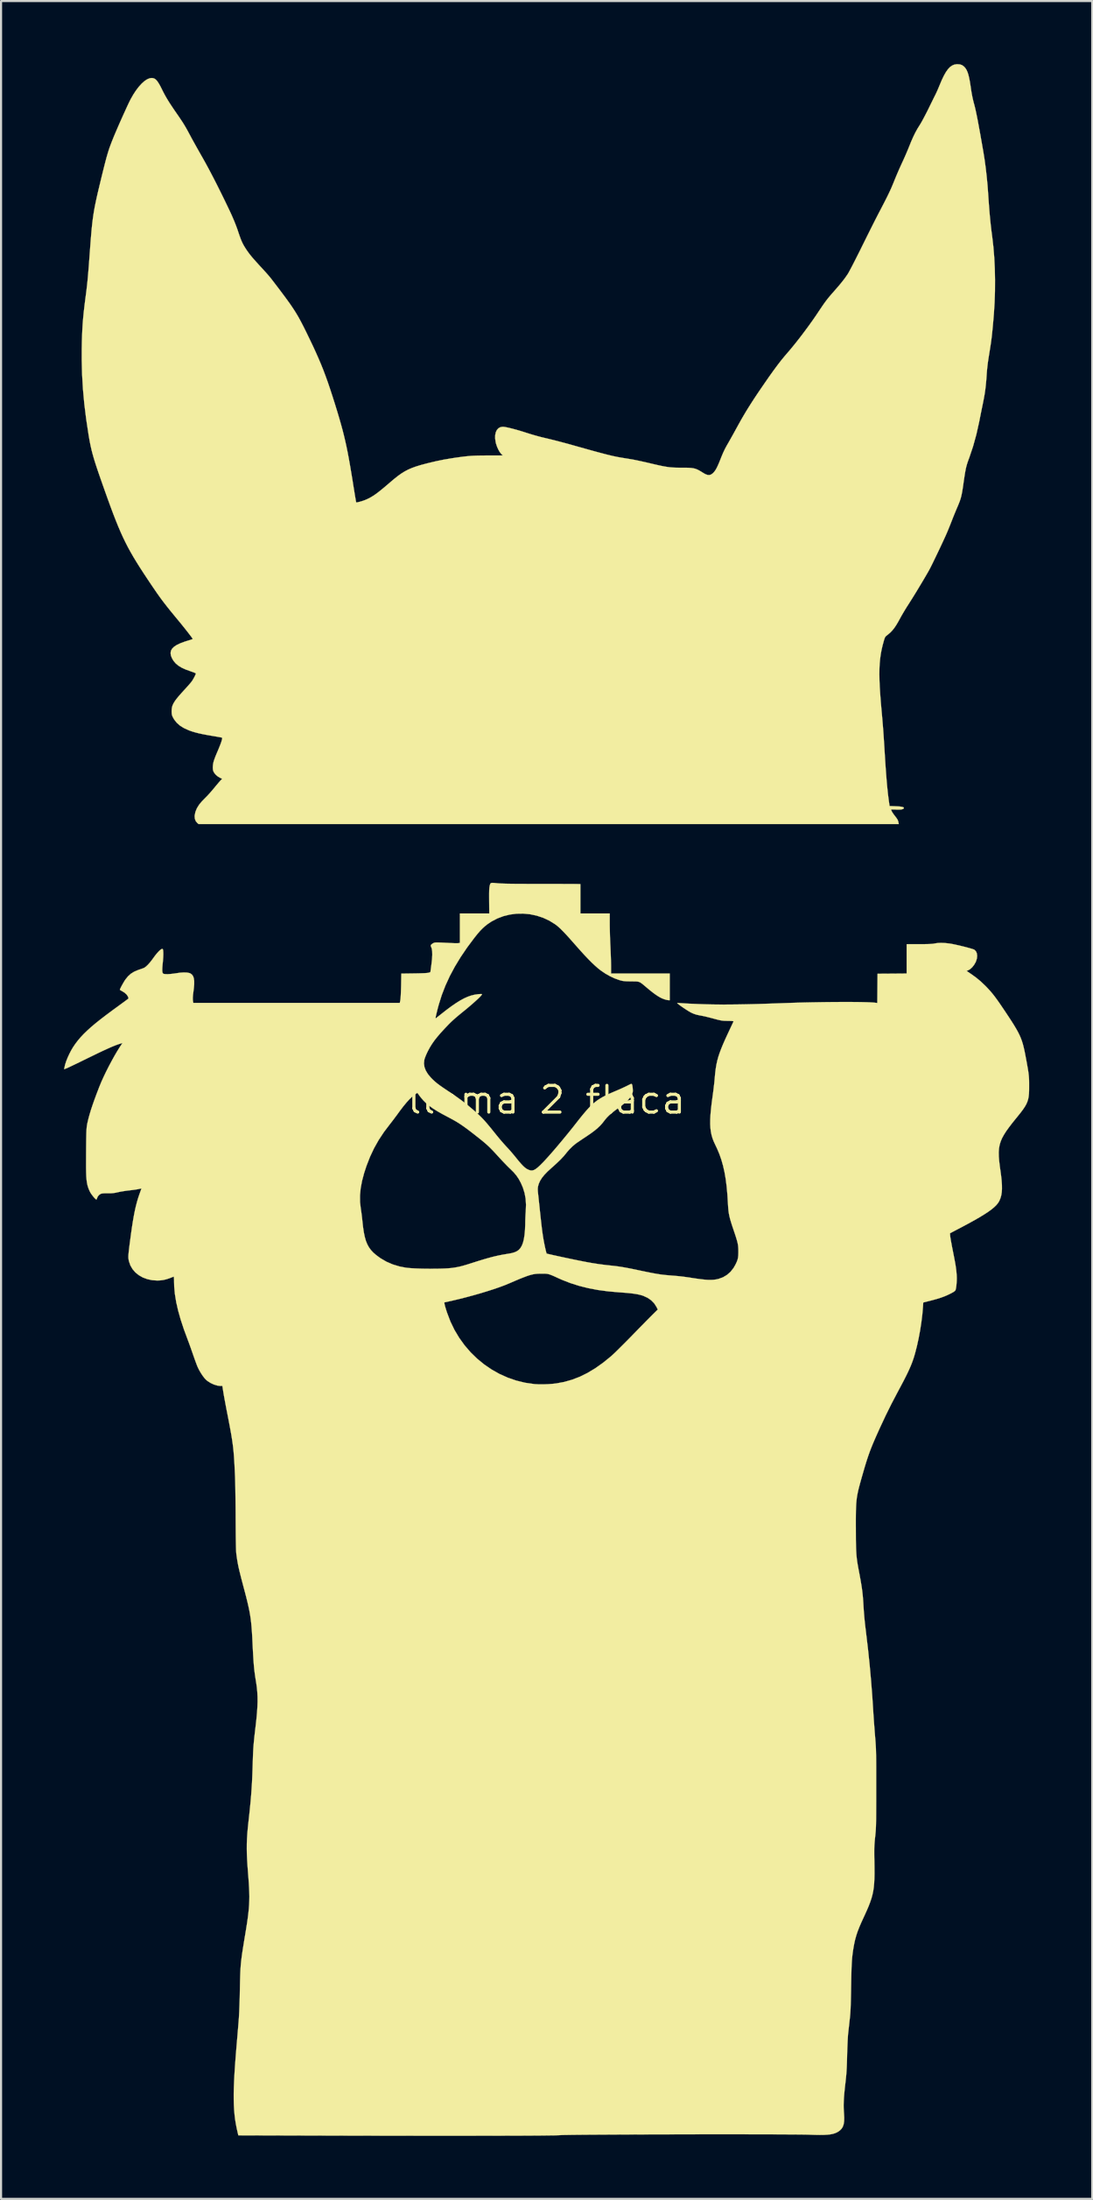
<source format=kicad_pcb>
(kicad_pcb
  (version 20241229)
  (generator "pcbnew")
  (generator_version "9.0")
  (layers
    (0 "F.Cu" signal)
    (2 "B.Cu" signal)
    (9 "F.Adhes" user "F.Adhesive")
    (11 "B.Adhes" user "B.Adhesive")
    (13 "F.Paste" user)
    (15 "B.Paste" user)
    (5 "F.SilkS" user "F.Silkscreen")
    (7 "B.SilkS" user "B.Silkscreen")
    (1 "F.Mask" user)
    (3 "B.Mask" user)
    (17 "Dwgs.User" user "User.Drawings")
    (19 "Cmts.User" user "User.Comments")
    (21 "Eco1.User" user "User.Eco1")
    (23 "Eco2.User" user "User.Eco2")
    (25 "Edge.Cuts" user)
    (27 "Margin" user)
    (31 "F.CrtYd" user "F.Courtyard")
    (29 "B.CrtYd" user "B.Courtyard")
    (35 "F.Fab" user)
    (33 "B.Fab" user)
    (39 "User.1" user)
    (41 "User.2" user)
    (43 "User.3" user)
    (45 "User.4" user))
  (footprint "llama 2 flaca"
    (layer "F.Cu")
    (at 22.977 49.281)
    (property "Reference" "llama 2 flaca" (at 0 0 0) (layer "F.SilkS") (effects (font (size 1.27 1.27) (thickness 0.15))))
    (attr through_hole)
    (fp_poly (pts (xy -21.358 -13.149) (xy -21.277 -13.146) (xy -21.166 -13.142) (xy -21.016 -13.138) (xy -20.83 -13.135) (xy -20.612 -13.132) (xy -20.364 -13.129) (xy -20.09 -13.127) (xy -19.793 -13.126) (xy -19.476 -13.125) (xy -19.143 -13.125) (xy -18.817 -13.125) (xy -18.703 -13.125) (xy -18.547 -13.125) (xy -18.351 -13.125) (xy -18.116 -13.125) (xy -17.843 -13.126) (xy -17.533 -13.126) (xy -17.187 -13.126) (xy -16.806 -13.126) (xy -16.392 -13.126) (xy -15.944 -13.126) (xy -15.466 -13.126) (xy -14.956 -13.126) (xy -14.418 -13.126) (xy -13.851 -13.126) (xy -13.257 -13.126) (xy -12.636 -13.126) (xy -11.99 -13.126) (xy -11.321 -13.126) (xy -10.628 -13.126) (xy -9.914 -13.126) (xy -9.178 -13.126) (xy -8.423 -13.126) (xy -7.649 -13.126) (xy -6.858 -13.126) (xy -6.05 -13.126) (xy -5.226 -13.126) (xy -4.389 -13.126) (xy -3.538 -13.126) (xy -2.674 -13.126) (xy -1.8 -13.126) (xy -0.915 -13.126) (xy -0.022 -13.126) (xy 0.88 -13.126) (xy 1.788 -13.126) (xy 2.281 -13.126) (xy 21.421 -13.123) (xy 21.421 -10.245) (xy 20.029 -10.245) (xy 20.016 -10.197) (xy 20.006 -10.142) (xy 20.003 -10.068) (xy 20.008 -9.971) (xy 20.019 -9.845) (xy 20.039 -9.685) (xy 20.047 -9.619) (xy 20.069 -9.44) (xy 20.079 -9.296) (xy 20.079 -9.181) (xy 20.067 -9.091) (xy 20.043 -9.018) (xy 20.017 -8.972) (xy 19.962 -8.907) (xy 19.894 -8.859) (xy 19.808 -8.828) (xy 19.698 -8.813) (xy 19.562 -8.813) (xy 19.393 -8.828) (xy 19.256 -8.845) (xy 19.079 -8.869) (xy 18.938 -8.883) (xy 18.829 -8.889) (xy 18.748 -8.886) (xy 18.696 -8.877) (xy 18.648 -8.864) (xy 18.643 -8.164) (xy 18.637 -7.463) (xy 18.542 -7.431) (xy 18.501 -7.421) (xy 18.444 -7.413) (xy 18.365 -7.406) (xy 18.26 -7.401) (xy 18.125 -7.398) (xy 17.954 -7.395) (xy 17.875 -7.394) (xy 17.72 -7.393) (xy 17.576 -7.392) (xy 17.449 -7.39) (xy 17.345 -7.389) (xy 17.272 -7.389) (xy 17.235 -7.388) (xy 17.166 -7.387) (xy 17.166 -5.99) (xy 15.769 -5.99) (xy 15.769 -4.588) (xy 15.679 -4.601) (xy 15.616 -4.607) (xy 15.516 -4.614) (xy 15.385 -4.62) (xy 15.227 -4.625) (xy 15.048 -4.63) (xy 14.852 -4.635) (xy 14.647 -4.64) (xy 14.436 -4.643) (xy 14.225 -4.646) (xy 14.019 -4.648) (xy 13.824 -4.649) (xy 13.645 -4.648) (xy 13.487 -4.647) (xy 13.42 -4.646) (xy 13.276 -4.643) (xy 13.097 -4.638) (xy 12.889 -4.632) (xy 12.658 -4.626) (xy 12.413 -4.619) (xy 12.158 -4.611) (xy 11.902 -4.603) (xy 11.65 -4.594) (xy 11.568 -4.592) (xy 11.124 -4.577) (xy 10.719 -4.564) (xy 10.35 -4.552) (xy 10.015 -4.542) (xy 9.708 -4.534) (xy 9.429 -4.527) (xy 9.172 -4.522) (xy 8.936 -4.518) (xy 8.717 -4.515) (xy 8.512 -4.514) (xy 8.317 -4.514) (xy 8.13 -4.515) (xy 7.948 -4.518) (xy 7.766 -4.521) (xy 7.583 -4.526) (xy 7.419 -4.531) (xy 7.201 -4.538) (xy 6.989 -4.548) (xy 6.788 -4.558) (xy 6.602 -4.569) (xy 6.438 -4.581) (xy 6.299 -4.593) (xy 6.191 -4.604) (xy 6.12 -4.615) (xy 6.107 -4.618) (xy 6.034 -4.643) (xy 5.955 -4.68) (xy 5.932 -4.693) (xy 5.842 -4.745) (xy 5.842 -5.99) (xy 3.048 -5.99) (xy 3.048 -6.376) (xy 3.046 -6.507) (xy 3.043 -6.668) (xy 3.042 -6.698) (xy 10.054 -6.698) (xy 10.054 -6.011) (xy 10.779 -6.016) (xy 11.504 -6.022) (xy 11.524 -6.123) (xy 11.53 -6.178) (xy 11.53 -6.252) (xy 11.524 -6.353) (xy 11.511 -6.485) (xy 11.497 -6.609) (xy 11.478 -6.764) (xy 11.465 -6.885) (xy 11.457 -6.977) (xy 11.453 -7.048) (xy 11.454 -7.106) (xy 11.459 -7.157) (xy 11.468 -7.208) (xy 11.474 -7.24) (xy 11.505 -7.339) (xy 11.553 -7.416) (xy 11.62 -7.473) (xy 11.71 -7.509) (xy 11.827 -7.527) (xy 11.974 -7.528) (xy 12.153 -7.511) (xy 12.351 -7.481) (xy 12.525 -7.459) (xy 12.692 -7.453) (xy 12.734 -7.455) (xy 12.912 -7.464) (xy 12.912 -6.011) (xy 13.604 -6.016) (xy 14.297 -6.022) (xy 14.314 -6.117) (xy 14.318 -6.187) (xy 14.315 -6.297) (xy 14.303 -6.447) (xy 14.287 -6.6) (xy 14.269 -6.77) (xy 14.259 -6.905) (xy 14.256 -7.013) (xy 14.261 -7.1) (xy 14.274 -7.174) (xy 14.296 -7.241) (xy 14.308 -7.271) (xy 14.356 -7.356) (xy 14.42 -7.421) (xy 14.503 -7.468) (xy 14.609 -7.498) (xy 14.742 -7.511) (xy 14.907 -7.509) (xy 15.106 -7.492) (xy 15.186 -7.482) (xy 15.376 -7.462) (xy 15.526 -7.452) (xy 15.637 -7.454) (xy 15.7 -7.464) (xy 15.748 -7.477) (xy 15.748 -8.805) (xy 15.806 -8.821) (xy 15.878 -8.832) (xy 15.983 -8.835) (xy 16.111 -8.83) (xy 16.254 -8.819) (xy 16.401 -8.801) (xy 16.439 -8.795) (xy 16.595 -8.776) (xy 16.751 -8.766) (xy 16.866 -8.766) (xy 16.985 -8.775) (xy 17.072 -8.795) (xy 17.135 -8.831) (xy 17.186 -8.887) (xy 17.224 -8.954) (xy 17.25 -9.018) (xy 17.266 -9.095) (xy 17.271 -9.19) (xy 17.266 -9.308) (xy 17.252 -9.456) (xy 17.227 -9.634) (xy 17.207 -9.797) (xy 17.194 -9.942) (xy 17.191 -10.058) (xy 17.193 -10.091) (xy 17.202 -10.245) (xy 15.769 -10.245) (xy 15.769 -8.848) (xy 14.287 -8.848) (xy 14.287 -10.245) (xy 12.912 -10.245) (xy 12.912 -8.848) (xy 12.215 -8.848) (xy 12.023 -8.847) (xy 11.87 -8.847) (xy 11.75 -8.845) (xy 11.659 -8.843) (xy 11.595 -8.84) (xy 11.551 -8.835) (xy 11.524 -8.829) (xy 11.511 -8.821) (xy 11.506 -8.814) (xy 11.498 -8.765) (xy 11.494 -8.684) (xy 11.495 -8.582) (xy 11.5 -8.468) (xy 11.51 -8.353) (xy 11.523 -8.248) (xy 11.524 -8.244) (xy 11.549 -8.079) (xy 11.564 -7.947) (xy 11.572 -7.841) (xy 11.571 -7.755) (xy 11.562 -7.679) (xy 11.557 -7.654) (xy 11.517 -7.536) (xy 11.452 -7.443) (xy 11.368 -7.381) (xy 11.328 -7.367) (xy 11.226 -7.35) (xy 11.088 -7.346) (xy 10.919 -7.355) (xy 10.724 -7.376) (xy 10.633 -7.389) (xy 10.476 -7.409) (xy 10.335 -7.42) (xy 10.218 -7.422) (xy 10.129 -7.415) (xy 10.077 -7.399) (xy 10.07 -7.374) (xy 10.064 -7.31) (xy 10.059 -7.206) (xy 10.056 -7.062) (xy 10.055 -6.876) (xy 10.054 -6.698) (xy 3.042 -6.698) (xy 3.038 -6.85) (xy 3.031 -7.041) (xy 3.023 -7.231) (xy 3.016 -7.366) (xy 3.008 -7.552) (xy 3 -7.751) (xy 2.993 -7.952) (xy 2.988 -8.143) (xy 2.986 -8.312) (xy 2.985 -8.408) (xy 2.985 -8.848) (xy 1.587 -8.848) (xy 1.587 -10.241) (xy 1.479 -10.256) (xy 1.44 -10.258) (xy 1.362 -10.26) (xy 1.249 -10.261) (xy 1.105 -10.262) (xy 0.935 -10.262) (xy 0.74 -10.261) (xy 0.527 -10.26) (xy 0.297 -10.259) (xy 0.055 -10.257) (xy -0.071 -10.256) (xy -0.454 -10.252) (xy -0.797 -10.25) (xy -1.103 -10.25) (xy -1.376 -10.252) (xy -1.619 -10.255) (xy -1.834 -10.261) (xy -2.025 -10.268) (xy -2.195 -10.277) (xy -2.346 -10.289) (xy -2.481 -10.302) (xy -2.513 -10.306) (xy -2.645 -10.322) (xy -2.666 -10.257) (xy -2.689 -10.171) (xy -2.705 -10.068) (xy -2.716 -9.941) (xy -2.722 -9.788) (xy -2.722 -9.602) (xy -2.718 -9.38) (xy -2.717 -9.361) (xy -2.703 -8.848) (xy -4.106 -8.848) (xy -4.106 -7.456) (xy -4.154 -7.443) (xy -4.209 -7.435) (xy -4.295 -7.431) (xy -4.402 -7.431) (xy -4.517 -7.434) (xy -4.63 -7.441) (xy -4.73 -7.45) (xy -4.741 -7.452) (xy -4.839 -7.462) (xy -4.957 -7.47) (xy -5.074 -7.475) (xy -5.105 -7.475) (xy -5.252 -7.469) (xy -5.363 -7.448) (xy -5.442 -7.41) (xy -5.492 -7.354) (xy -5.498 -7.345) (xy -5.516 -7.276) (xy -5.523 -7.169) (xy -5.518 -7.025) (xy -5.501 -6.848) (xy -5.481 -6.688) (xy -5.458 -6.504) (xy -5.449 -6.355) (xy -5.453 -6.238) (xy -5.47 -6.148) (xy -5.484 -6.111) (xy -5.505 -6.08) (xy -5.539 -6.056) (xy -5.59 -6.037) (xy -5.663 -6.022) (xy -5.762 -6.011) (xy -5.891 -6.004) (xy -6.054 -6) (xy -6.255 -5.998) (xy -6.403 -5.997) (xy -6.54 -5.996) (xy -6.659 -5.995) (xy -6.753 -5.994) (xy -6.817 -5.993) (xy -6.84 -5.993) (xy -6.895 -5.99) (xy -6.906 -5.435) (xy -6.91 -5.276) (xy -6.916 -5.124) (xy -6.923 -4.986) (xy -6.93 -4.869) (xy -6.938 -4.78) (xy -6.944 -4.736) (xy -6.97 -4.593) (xy -11.904 -4.598) (xy -16.838 -4.604) (xy -16.858 -4.705) (xy -16.864 -4.766) (xy -16.864 -4.847) (xy -16.857 -4.956) (xy -16.842 -5.098) (xy -16.837 -5.139) (xy -16.815 -5.344) (xy -16.803 -5.511) (xy -16.801 -5.647) (xy -16.811 -5.754) (xy -16.833 -5.839) (xy -16.868 -5.905) (xy -16.916 -5.957) (xy -16.95 -5.983) (xy -17.005 -6.011) (xy -12.637 -6.011) (xy -11.26 -6.011) (xy -11.261 -6.493) (xy -11.26 -6.636) (xy -11.258 -6.769) (xy -11.254 -6.885) (xy -11.25 -6.976) (xy -11.245 -7.035) (xy -11.243 -7.049) (xy -11.195 -7.186) (xy -11.123 -7.293) (xy -11.021 -7.372) (xy -10.886 -7.43) (xy -10.85 -7.44) (xy -10.779 -7.456) (xy -10.702 -7.466) (xy -10.61 -7.47) (xy -10.491 -7.469) (xy -10.432 -7.468) (xy -10.266 -7.458) (xy -10.134 -7.439) (xy -10.03 -7.408) (xy -9.947 -7.364) (xy -9.878 -7.304) (xy -9.864 -7.29) (xy -9.83 -7.246) (xy -9.803 -7.2) (xy -9.784 -7.145) (xy -9.77 -7.076) (xy -9.763 -6.987) (xy -9.76 -6.873) (xy -9.761 -6.727) (xy -9.765 -6.572) (xy -9.768 -6.433) (xy -9.77 -6.306) (xy -9.77 -6.198) (xy -9.769 -6.117) (xy -9.767 -6.067) (xy -9.765 -6.059) (xy -9.753 -6.011) (xy -8.384 -6.011) (xy -8.37 -6.087) (xy -8.363 -6.167) (xy -8.365 -6.286) (xy -8.375 -6.437) (xy -8.393 -6.619) (xy -8.414 -6.779) (xy -8.433 -6.969) (xy -8.433 -7.124) (xy -8.414 -7.248) (xy -8.374 -7.344) (xy -8.313 -7.418) (xy -8.229 -7.471) (xy -8.218 -7.476) (xy -8.125 -7.502) (xy -7.997 -7.515) (xy -7.838 -7.515) (xy -7.655 -7.501) (xy -7.514 -7.484) (xy -7.367 -7.466) (xy -7.229 -7.455) (xy -7.108 -7.452) (xy -7.013 -7.456) (xy -6.969 -7.464) (xy -6.922 -7.477) (xy -6.917 -8.146) (xy -6.911 -8.816) (xy -6.792 -8.835) (xy -6.728 -8.841) (xy -6.65 -8.841) (xy -6.55 -8.833) (xy -6.42 -8.818) (xy -6.346 -8.808) (xy -6.128 -8.781) (xy -5.948 -8.767) (xy -5.8 -8.766) (xy -5.683 -8.779) (xy -5.592 -8.808) (xy -5.523 -8.854) (xy -5.473 -8.917) (xy -5.438 -8.999) (xy -5.419 -9.078) (xy -5.413 -9.117) (xy -5.409 -9.158) (xy -5.409 -9.208) (xy -5.412 -9.27) (xy -5.42 -9.352) (xy -5.431 -9.458) (xy -5.448 -9.594) (xy -5.47 -9.767) (xy -5.472 -9.783) (xy -5.488 -9.92) (xy -5.495 -10.023) (xy -5.494 -10.101) (xy -5.487 -10.148) (xy -5.466 -10.245) (xy -6.9 -10.245) (xy -6.9 -8.848) (xy -8.382 -8.848) (xy -8.382 -10.245) (xy -9.758 -10.245) (xy -9.758 -8.848) (xy -11.171 -8.848) (xy -11.184 -8.8) (xy -11.194 -8.728) (xy -11.195 -8.626) (xy -11.186 -8.491) (xy -11.166 -8.319) (xy -11.153 -8.219) (xy -11.127 -8.009) (xy -11.117 -7.836) (xy -11.121 -7.695) (xy -11.142 -7.583) (xy -11.18 -7.497) (xy -11.236 -7.432) (xy -11.309 -7.386) (xy -11.312 -7.385) (xy -11.381 -7.362) (xy -11.469 -7.35) (xy -11.582 -7.346) (xy -11.723 -7.353) (xy -11.898 -7.37) (xy -12.068 -7.391) (xy -12.216 -7.409) (xy -12.33 -7.421) (xy -12.417 -7.425) (xy -12.482 -7.423) (xy -12.523 -7.418) (xy -12.626 -7.398) (xy -12.637 -6.011) (xy -17.005 -6.011) (xy -17.016 -6.017) (xy -17.095 -6.038) (xy -17.194 -6.047) (xy -17.319 -6.043) (xy -17.475 -6.027) (xy -17.589 -6.012) (xy -17.79 -5.985) (xy -17.954 -5.969) (xy -18.085 -5.964) (xy -18.187 -5.969) (xy -18.238 -5.977) (xy -18.276 -5.989) (xy -18.298 -6.011) (xy -18.31 -6.054) (xy -18.317 -6.107) (xy -18.32 -6.173) (xy -18.317 -6.269) (xy -18.31 -6.384) (xy -18.299 -6.507) (xy -18.297 -6.524) (xy -18.279 -6.728) (xy -18.274 -6.898) (xy -18.278 -6.996) (xy -18.286 -7.095) (xy -18.291 -7.194) (xy -18.294 -7.273) (xy -18.294 -7.276) (xy -18.295 -7.387) (xy -18.995 -7.392) (xy -19.696 -7.398) (xy -19.701 -8.123) (xy -19.707 -8.848) (xy -21.167 -8.848) (xy -21.167 -10.245) (xy -22.558 -10.245) (xy -22.571 -10.388) (xy -22.581 -10.534) (xy -22.584 -10.691) (xy -22.579 -10.868) (xy -22.566 -11.071) (xy -22.551 -11.257) (xy -22.535 -11.475) (xy -22.528 -11.702) (xy -22.529 -11.945) (xy -22.538 -12.212) (xy -22.555 -12.513) (xy -22.556 -12.518) (xy -22.559 -12.654) (xy -22.549 -12.76) (xy -22.52 -12.846) (xy -22.472 -12.922) (xy -22.446 -12.953) (xy -22.381 -13.013) (xy -22.304 -13.062) (xy -22.21 -13.1) (xy -22.097 -13.128) (xy -21.959 -13.146) (xy -21.792 -13.155) (xy -21.594 -13.156) (xy -21.358 -13.149)) (stroke (width 0.01) (type solid)) (fill yes) (layer "F.Mask"))
    (fp_poly (pts (xy -0.096 8.24) (xy 0.008 8.254) (xy 0.116 8.28) (xy 0.235 8.322) (xy 0.375 8.379) (xy 0.497 8.434) (xy 0.626 8.492) (xy 0.76 8.55) (xy 0.885 8.603) (xy 0.991 8.646) (xy 1.037 8.664) (xy 1.433 8.795) (xy 1.863 8.908) (xy 2.321 9.001) (xy 2.802 9.073) (xy 3.302 9.124) (xy 3.444 9.134) (xy 3.703 9.153) (xy 3.925 9.172) (xy 4.114 9.194) (xy 4.277 9.218) (xy 4.417 9.247) (xy 4.54 9.28) (xy 4.652 9.319) (xy 4.757 9.365) (xy 4.809 9.391) (xy 4.956 9.489) (xy 5.092 9.616) (xy 5.204 9.763) (xy 5.249 9.842) (xy 5.317 9.976) (xy 4.917 10.38) (xy 4.794 10.504) (xy 4.651 10.65) (xy 4.496 10.81) (xy 4.336 10.974) (xy 4.181 11.135) (xy 4.038 11.283) (xy 4.031 11.29) (xy 3.742 11.586) (xy 3.473 11.851) (xy 3.222 12.086) (xy 2.985 12.296) (xy 2.757 12.482) (xy 2.537 12.647) (xy 2.32 12.795) (xy 2.102 12.928) (xy 1.88 13.049) (xy 1.841 13.069) (xy 1.495 13.229) (xy 1.155 13.355) (xy 0.813 13.447) (xy 0.46 13.507) (xy 0.089 13.539) (xy -0.201 13.544) (xy -0.346 13.542) (xy -0.492 13.537) (xy -0.63 13.53) (xy -0.746 13.521) (xy -0.812 13.514) (xy -1.231 13.436) (xy -1.64 13.317) (xy -2.04 13.16) (xy -2.426 12.967) (xy -2.795 12.737) (xy -3.147 12.475) (xy -3.477 12.18) (xy -3.783 11.856) (xy -4.063 11.503) (xy -4.18 11.335) (xy -4.279 11.176) (xy -4.38 10.994) (xy -4.48 10.797) (xy -4.576 10.592) (xy -4.664 10.386) (xy -4.742 10.187) (xy -4.806 10.002) (xy -4.853 9.838) (xy -4.879 9.713) (xy -4.893 9.616) (xy -4.759 9.59) (xy -4.617 9.561) (xy -4.441 9.52) (xy -4.238 9.47) (xy -4.014 9.413) (xy -3.776 9.351) (xy -3.531 9.284) (xy -3.284 9.215) (xy -3.043 9.146) (xy -2.814 9.079) (xy -2.604 9.015) (xy -2.419 8.956) (xy -2.392 8.947) (xy -2.283 8.909) (xy -2.147 8.857) (xy -1.995 8.797) (xy -1.837 8.732) (xy -1.686 8.668) (xy -1.662 8.657) (xy -1.434 8.559) (xy -1.239 8.477) (xy -1.072 8.41) (xy -0.926 8.358) (xy -0.798 8.317) (xy -0.681 8.287) (xy -0.57 8.265) (xy -0.461 8.25) (xy -0.347 8.241) (xy -0.335 8.24) (xy -0.208 8.236) (xy -0.096 8.24)) (stroke (width 0.01) (type solid)) (fill yes) (layer "B.Mask"))
    (fp_poly (pts (xy 14.309 -8.869) (xy 15.748 -8.869) (xy 15.748 -10.266) (xy 17.25 -10.266) (xy 17.229 -10.212) (xy 17.214 -10.14) (xy 17.21 -10.035) (xy 17.218 -9.896) (xy 17.237 -9.719) (xy 17.253 -9.606) (xy 17.28 -9.39) (xy 17.289 -9.21) (xy 17.281 -9.065) (xy 17.253 -8.95) (xy 17.205 -8.864) (xy 17.134 -8.802) (xy 17.04 -8.764) (xy 16.921 -8.745) (xy 16.84 -8.742) (xy 16.757 -8.745) (xy 16.645 -8.753) (xy 16.517 -8.766) (xy 16.386 -8.782) (xy 16.344 -8.787) (xy 16.198 -8.806) (xy 16.085 -8.817) (xy 15.997 -8.821) (xy 15.927 -8.817) (xy 15.898 -8.814) (xy 15.78 -8.795) (xy 15.774 -8.125) (xy 15.769 -7.456) (xy 15.703 -7.443) (xy 15.6 -7.432) (xy 15.466 -7.434) (xy 15.296 -7.449) (xy 15.198 -7.461) (xy 15.079 -7.475) (xy 14.951 -7.486) (xy 14.835 -7.492) (xy 14.794 -7.492) (xy 14.697 -7.491) (xy 14.627 -7.483) (xy 14.567 -7.466) (xy 14.503 -7.437) (xy 14.498 -7.435) (xy 14.423 -7.39) (xy 14.372 -7.341) (xy 14.33 -7.271) (xy 14.304 -7.215) (xy 14.289 -7.161) (xy 14.281 -7.098) (xy 14.279 -7.011) (xy 14.279 -6.964) (xy 14.283 -6.85) (xy 14.292 -6.726) (xy 14.305 -6.616) (xy 14.308 -6.595) (xy 14.322 -6.484) (xy 14.331 -6.366) (xy 14.336 -6.25) (xy 14.335 -6.149) (xy 14.329 -6.071) (xy 14.322 -6.038) (xy 14.306 -5.99) (xy 12.89 -5.99) (xy 12.89 -7.44) (xy 12.725 -7.433) (xy 12.609 -7.434) (xy 12.464 -7.446) (xy 12.305 -7.467) (xy 12.285 -7.47) (xy 12.091 -7.497) (xy 11.933 -7.51) (xy 11.806 -7.508) (xy 11.707 -7.489) (xy 11.63 -7.454) (xy 11.572 -7.402) (xy 11.535 -7.344) (xy 11.508 -7.281) (xy 11.49 -7.212) (xy 11.481 -7.13) (xy 11.48 -7.029) (xy 11.487 -6.902) (xy 11.502 -6.744) (xy 11.515 -6.63) (xy 11.534 -6.468) (xy 11.545 -6.341) (xy 11.551 -6.244) (xy 11.55 -6.17) (xy 11.544 -6.114) (xy 11.525 -6.001) (xy 10.779 -5.995) (xy 10.032 -5.99) (xy 10.038 -6.704) (xy 10.044 -7.419) (xy 10.167 -7.438) (xy 10.229 -7.445) (xy 10.302 -7.446) (xy 10.394 -7.439) (xy 10.512 -7.426) (xy 10.622 -7.411) (xy 10.834 -7.385) (xy 11.009 -7.37) (xy 11.151 -7.368) (xy 11.265 -7.38) (xy 11.355 -7.405) (xy 11.423 -7.446) (xy 11.475 -7.501) (xy 11.503 -7.546) (xy 11.529 -7.627) (xy 11.542 -7.743) (xy 11.543 -7.885) (xy 11.532 -8.048) (xy 11.508 -8.225) (xy 11.507 -8.234) (xy 11.492 -8.339) (xy 11.481 -8.454) (xy 11.475 -8.571) (xy 11.472 -8.679) (xy 11.475 -8.767) (xy 11.482 -8.826) (xy 11.485 -8.835) (xy 11.493 -8.845) (xy 11.51 -8.852) (xy 11.541 -8.858) (xy 11.591 -8.862) (xy 11.663 -8.865) (xy 11.762 -8.867) (xy 11.892 -8.868) (xy 12.057 -8.869) (xy 12.194 -8.869) (xy 12.89 -8.869) (xy 12.89 -10.266) (xy 14.309 -10.266) (xy 14.309 -8.869)) (stroke (width 0.01) (type solid)) (fill yes) (layer "B.Mask"))
    (fp_poly (pts (xy -6.135 -0.342) (xy -6.12 -0.323) (xy -6.091 -0.287) (xy -6.046 -0.227) (xy -5.991 -0.155) (xy -5.969 -0.126) (xy -5.85 0.014) (xy -5.712 0.149) (xy -5.55 0.282) (xy -5.361 0.415) (xy -5.141 0.55) (xy -4.886 0.692) (xy -4.741 0.767) (xy -4.602 0.839) (xy -4.481 0.902) (xy -4.372 0.962) (xy -4.272 1.02) (xy -4.174 1.081) (xy -4.073 1.148) (xy -3.964 1.225) (xy -3.842 1.314) (xy -3.702 1.42) (xy -3.537 1.546) (xy -3.376 1.671) (xy -3.143 1.856) (xy -2.939 2.03) (xy -2.754 2.202) (xy -2.656 2.298) (xy -2.393 2.565) (xy -2.161 2.803) (xy -1.958 3.012) (xy -1.785 3.192) (xy -1.641 3.344) (xy -1.527 3.469) (xy -1.441 3.565) (xy -1.384 3.634) (xy -1.367 3.656) (xy -1.216 3.91) (xy -1.099 4.186) (xy -1.018 4.48) (xy -0.973 4.786) (xy -0.965 4.974) (xy -0.966 5.08) (xy -0.969 5.214) (xy -0.973 5.37) (xy -0.98 5.54) (xy -0.988 5.718) (xy -0.996 5.895) (xy -1.005 6.064) (xy -1.015 6.219) (xy -1.024 6.352) (xy -1.033 6.455) (xy -1.039 6.509) (xy -1.082 6.73) (xy -1.148 6.916) (xy -1.237 7.067) (xy -1.349 7.183) (xy -1.484 7.265) (xy -1.513 7.277) (xy -1.556 7.289) (xy -1.631 7.305) (xy -1.731 7.324) (xy -1.846 7.345) (xy -1.916 7.356) (xy -2.062 7.381) (xy -2.201 7.406) (xy -2.337 7.434) (xy -2.475 7.466) (xy -2.621 7.503) (xy -2.781 7.547) (xy -2.959 7.598) (xy -3.161 7.659) (xy -3.392 7.731) (xy -3.658 7.815) (xy -3.67 7.819) (xy -3.925 7.895) (xy -4.16 7.953) (xy -4.393 7.995) (xy -4.639 8.027) (xy -4.804 8.042) (xy -4.972 8.052) (xy -5.174 8.058) (xy -5.401 8.061) (xy -5.643 8.059) (xy -5.893 8.054) (xy -6.141 8.046) (xy -6.227 8.042) (xy -6.577 8.014) (xy -6.895 7.965) (xy -7.186 7.894) (xy -7.454 7.8) (xy -7.706 7.68) (xy -7.925 7.548) (xy -8.132 7.397) (xy -8.301 7.243) (xy -8.436 7.082) (xy -8.541 6.908) (xy -8.611 6.745) (xy -8.642 6.654) (xy -8.669 6.561) (xy -8.693 6.46) (xy -8.715 6.345) (xy -8.737 6.211) (xy -8.758 6.049) (xy -8.782 5.855) (xy -8.794 5.749) (xy -8.811 5.598) (xy -8.829 5.449) (xy -8.847 5.311) (xy -8.863 5.194) (xy -8.876 5.107) (xy -8.879 5.089) (xy -8.909 4.81) (xy -8.905 4.506) (xy -8.869 4.176) (xy -8.799 3.82) (xy -8.696 3.438) (xy -8.656 3.309) (xy -8.52 2.925) (xy -8.368 2.563) (xy -8.196 2.215) (xy -7.999 1.875) (xy -7.773 1.533) (xy -7.513 1.184) (xy -7.437 1.087) (xy -7.359 0.988) (xy -7.266 0.865) (xy -7.167 0.733) (xy -7.07 0.601) (xy -7.017 0.528) (xy -6.851 0.307) (xy -6.688 0.111) (xy -6.533 -0.057) (xy -6.388 -0.193) (xy -6.29 -0.271) (xy -6.222 -0.319) (xy -6.179 -0.345) (xy -6.153 -0.352) (xy -6.135 -0.342)) (stroke (width 0.01) (type solid)) (fill yes) (layer "B.Mask"))
    (fp_poly (pts (xy -8.361 -8.869) (xy -6.921 -8.869) (xy -6.921 -10.266) (xy -6.178 -10.266) (xy -5.978 -10.266) (xy -5.816 -10.265) (xy -5.689 -10.263) (xy -5.593 -10.261) (xy -5.524 -10.258) (xy -5.479 -10.253) (xy -5.455 -10.248) (xy -5.446 -10.24) (xy -5.446 -10.237) (xy -5.465 -10.167) (xy -5.473 -10.077) (xy -5.47 -9.962) (xy -5.456 -9.815) (xy -5.44 -9.693) (xy -5.416 -9.496) (xy -5.402 -9.32) (xy -5.397 -9.171) (xy -5.401 -9.054) (xy -5.416 -8.972) (xy -5.419 -8.962) (xy -5.457 -8.887) (xy -5.509 -8.829) (xy -5.58 -8.787) (xy -5.673 -8.759) (xy -5.791 -8.746) (xy -5.939 -8.747) (xy -6.12 -8.76) (xy -6.339 -8.786) (xy -6.345 -8.787) (xy -6.495 -8.806) (xy -6.609 -8.817) (xy -6.696 -8.821) (xy -6.761 -8.818) (xy -6.789 -8.814) (xy -6.89 -8.795) (xy -6.895 -8.125) (xy -6.901 -7.456) (xy -6.967 -7.443) (xy -7.058 -7.433) (xy -7.176 -7.431) (xy -7.308 -7.437) (xy -7.439 -7.452) (xy -7.44 -7.452) (xy -7.65 -7.48) (xy -7.823 -7.496) (xy -7.965 -7.501) (xy -8.08 -7.492) (xy -8.171 -7.471) (xy -8.245 -7.436) (xy -8.305 -7.387) (xy -8.354 -7.326) (xy -8.387 -7.263) (xy -8.408 -7.186) (xy -8.416 -7.089) (xy -8.413 -6.966) (xy -8.398 -6.811) (xy -8.384 -6.703) (xy -8.361 -6.513) (xy -8.346 -6.345) (xy -8.34 -6.206) (xy -8.344 -6.098) (xy -8.353 -6.038) (xy -8.366 -5.99) (xy -9.776 -5.99) (xy -9.79 -6.08) (xy -9.793 -6.132) (xy -9.793 -6.217) (xy -9.791 -6.324) (xy -9.787 -6.446) (xy -9.783 -6.519) (xy -9.778 -6.648) (xy -9.775 -6.774) (xy -9.774 -6.885) (xy -9.777 -6.97) (xy -9.78 -7) (xy -9.808 -7.134) (xy -9.858 -7.241) (xy -9.935 -7.324) (xy -10.039 -7.385) (xy -10.174 -7.425) (xy -10.343 -7.445) (xy -10.548 -7.447) (xy -10.555 -7.447) (xy -10.721 -7.437) (xy -10.852 -7.416) (xy -10.956 -7.383) (xy -11.04 -7.335) (xy -11.11 -7.27) (xy -11.112 -7.268) (xy -11.152 -7.217) (xy -11.183 -7.16) (xy -11.207 -7.093) (xy -11.224 -7.009) (xy -11.235 -6.904) (xy -11.241 -6.771) (xy -11.243 -6.606) (xy -11.242 -6.472) (xy -11.238 -5.99) (xy -11.934 -5.99) (xy -12.101 -5.991) (xy -12.255 -5.992) (xy -12.39 -5.994) (xy -12.502 -5.996) (xy -12.584 -5.999) (xy -12.633 -6.002) (xy -12.644 -6.004) (xy -12.647 -6.028) (xy -12.65 -6.089) (xy -12.653 -6.182) (xy -12.655 -6.302) (xy -12.657 -6.444) (xy -12.658 -6.603) (xy -12.658 -6.7) (xy -12.657 -6.893) (xy -12.656 -7.048) (xy -12.655 -7.169) (xy -12.652 -7.26) (xy -12.648 -7.325) (xy -12.642 -7.369) (xy -12.636 -7.395) (xy -12.627 -7.407) (xy -12.571 -7.432) (xy -12.476 -7.443) (xy -12.342 -7.441) (xy -12.168 -7.425) (xy -12.037 -7.408) (xy -11.808 -7.381) (xy -11.619 -7.369) (xy -11.468 -7.372) (xy -11.357 -7.39) (xy -11.289 -7.42) (xy -11.227 -7.477) (xy -11.182 -7.548) (xy -11.153 -7.637) (xy -11.139 -7.75) (xy -11.139 -7.89) (xy -11.154 -8.062) (xy -11.176 -8.234) (xy -11.201 -8.427) (xy -11.214 -8.582) (xy -11.216 -8.701) (xy -11.206 -8.786) (xy -11.198 -8.815) (xy -11.177 -8.869) (xy -9.779 -8.869) (xy -9.779 -10.266) (xy -8.361 -10.266) (xy -8.361 -8.869)) (stroke (width 0.01) (type solid)) (fill yes) (layer "B.Mask"))
    (fp_poly (pts (xy -1.017 -8.881) (xy -0.69 -8.838) (xy -0.368 -8.757) (xy -0.054 -8.638) (xy -0.004 -8.614) (xy 0.114 -8.556) (xy 0.222 -8.498) (xy 0.323 -8.436) (xy 0.422 -8.369) (xy 0.521 -8.291) (xy 0.625 -8.201) (xy 0.737 -8.094) (xy 0.86 -7.969) (xy 0.998 -7.821) (xy 1.155 -7.648) (xy 1.334 -7.446) (xy 1.386 -7.387) (xy 1.518 -7.239) (xy 1.653 -7.089) (xy 1.787 -6.943) (xy 1.914 -6.807) (xy 2.029 -6.687) (xy 2.125 -6.589) (xy 2.174 -6.54) (xy 2.425 -6.312) (xy 2.667 -6.122) (xy 2.903 -5.967) (xy 3.139 -5.844) (xy 3.378 -5.751) (xy 3.624 -5.685) (xy 3.629 -5.684) (xy 3.705 -5.672) (xy 3.804 -5.663) (xy 3.918 -5.656) (xy 4.036 -5.651) (xy 4.149 -5.649) (xy 4.248 -5.65) (xy 4.323 -5.654) (xy 4.362 -5.662) (xy 4.392 -5.654) (xy 4.448 -5.62) (xy 4.526 -5.564) (xy 4.604 -5.502) (xy 4.772 -5.367) (xy 4.91 -5.255) (xy 5.024 -5.165) (xy 5.117 -5.092) (xy 5.192 -5.035) (xy 5.255 -4.99) (xy 5.308 -4.954) (xy 5.356 -4.925) (xy 5.402 -4.9) (xy 5.417 -4.892) (xy 5.518 -4.846) (xy 5.625 -4.807) (xy 5.715 -4.783) (xy 5.811 -4.759) (xy 5.912 -4.724) (xy 5.969 -4.699) (xy 6.046 -4.663) (xy 6.12 -4.636) (xy 6.16 -4.625) (xy 6.211 -4.605) (xy 6.289 -4.562) (xy 6.387 -4.497) (xy 6.478 -4.433) (xy 6.655 -4.311) (xy 6.822 -4.209) (xy 6.975 -4.131) (xy 7.108 -4.08) (xy 7.165 -4.065) (xy 7.233 -4.051) (xy 7.327 -4.033) (xy 7.431 -4.012) (xy 7.482 -4.001) (xy 7.581 -3.98) (xy 7.707 -3.951) (xy 7.845 -3.917) (xy 7.982 -3.882) (xy 8.022 -3.871) (xy 8.151 -3.837) (xy 8.251 -3.813) (xy 8.335 -3.797) (xy 8.415 -3.787) (xy 8.502 -3.783) (xy 8.61 -3.781) (xy 8.641 -3.78) (xy 8.747 -3.779) (xy 8.835 -3.776) (xy 8.899 -3.771) (xy 8.93 -3.766) (xy 8.932 -3.765) (xy 8.924 -3.743) (xy 8.899 -3.688) (xy 8.862 -3.605) (xy 8.814 -3.502) (xy 8.758 -3.381) (xy 8.72 -3.301) (xy 8.587 -3.016) (xy 8.473 -2.763) (xy 8.376 -2.536) (xy 8.294 -2.33) (xy 8.227 -2.14) (xy 8.172 -1.959) (xy 8.127 -1.784) (xy 8.092 -1.607) (xy 8.064 -1.425) (xy 8.041 -1.232) (xy 8.023 -1.021) (xy 8.022 -1.005) (xy 8.012 -0.896) (xy 7.997 -0.755) (xy 7.979 -0.594) (xy 7.958 -0.424) (xy 7.936 -0.256) (xy 7.927 -0.191) (xy 7.895 0.041) (xy 7.869 0.237) (xy 7.849 0.404) (xy 7.834 0.548) (xy 7.823 0.676) (xy 7.816 0.793) (xy 7.812 0.905) (xy 7.811 1.02) (xy 7.811 1.034) (xy 7.82 1.302) (xy 7.851 1.543) (xy 7.905 1.768) (xy 7.985 1.989) (xy 8.063 2.157) (xy 8.177 2.4) (xy 8.277 2.651) (xy 8.364 2.913) (xy 8.438 3.191) (xy 8.501 3.489) (xy 8.554 3.811) (xy 8.597 4.163) (xy 8.631 4.548) (xy 8.657 4.964) (xy 8.666 5.115) (xy 8.678 5.248) (xy 8.694 5.372) (xy 8.717 5.494) (xy 8.747 5.621) (xy 8.787 5.763) (xy 8.837 5.926) (xy 8.901 6.118) (xy 8.922 6.181) (xy 8.987 6.374) (xy 9.039 6.534) (xy 9.079 6.668) (xy 9.108 6.781) (xy 9.129 6.882) (xy 9.142 6.976) (xy 9.149 7.071) (xy 9.152 7.172) (xy 9.153 7.218) (xy 9.152 7.336) (xy 9.147 7.425) (xy 9.138 7.497) (xy 9.122 7.564) (xy 9.098 7.641) (xy 9.094 7.652) (xy 9 7.867) (xy 8.877 8.063) (xy 8.729 8.234) (xy 8.562 8.373) (xy 8.503 8.41) (xy 8.345 8.485) (xy 8.157 8.539) (xy 7.944 8.573) (xy 7.715 8.584) (xy 7.477 8.572) (xy 7.466 8.571) (xy 7.365 8.559) (xy 7.24 8.542) (xy 7.111 8.523) (xy 7.032 8.51) (xy 6.824 8.475) (xy 6.647 8.448) (xy 6.492 8.427) (xy 6.348 8.41) (xy 6.205 8.396) (xy 6.053 8.385) (xy 5.997 8.381) (xy 5.845 8.371) (xy 5.701 8.358) (xy 5.559 8.342) (xy 5.412 8.322) (xy 5.253 8.297) (xy 5.077 8.266) (xy 4.877 8.227) (xy 4.647 8.181) (xy 4.456 8.141) (xy 4.231 8.094) (xy 4.042 8.055) (xy 3.881 8.023) (xy 3.742 7.997) (xy 3.619 7.975) (xy 3.505 7.956) (xy 3.393 7.94) (xy 3.278 7.926) (xy 3.152 7.911) (xy 3.01 7.896) (xy 3.006 7.895) (xy 2.85 7.878) (xy 2.701 7.861) (xy 2.556 7.842) (xy 2.409 7.821) (xy 2.257 7.797) (xy 2.096 7.77) (xy 1.922 7.738) (xy 1.731 7.702) (xy 1.519 7.66) (xy 1.282 7.611) (xy 1.015 7.556) (xy 0.716 7.492) (xy 0.38 7.42) (xy 0.355 7.415) (xy -0.02 7.334) (xy -0.073 7.111) (xy -0.132 6.837) (xy -0.187 6.523) (xy -0.237 6.168) (xy -0.284 5.779) (xy -0.303 5.598) (xy -0.326 5.391) (xy -0.349 5.175) (xy -0.372 4.967) (xy -0.392 4.781) (xy -0.393 4.773) (xy -0.412 4.59) (xy -0.426 4.441) (xy -0.433 4.323) (xy -0.435 4.227) (xy -0.43 4.147) (xy -0.419 4.077) (xy -0.401 4.012) (xy -0.379 3.948) (xy -0.348 3.873) (xy -0.31 3.799) (xy -0.262 3.725) (xy -0.202 3.645) (xy -0.125 3.558) (xy -0.03 3.459) (xy 0.088 3.344) (xy 0.23 3.212) (xy 0.401 3.057) (xy 0.487 2.98) (xy 0.592 2.883) (xy 0.687 2.789) (xy 0.778 2.689) (xy 0.875 2.573) (xy 0.987 2.432) (xy 0.995 2.422) (xy 1.056 2.349) (xy 1.127 2.275) (xy 1.214 2.197) (xy 1.319 2.113) (xy 1.448 2.017) (xy 1.603 1.908) (xy 1.791 1.781) (xy 1.841 1.747) (xy 2.03 1.62) (xy 2.187 1.509) (xy 2.318 1.411) (xy 2.426 1.32) (xy 2.519 1.233) (xy 2.6 1.145) (xy 2.675 1.052) (xy 2.708 1.007) (xy 2.787 0.903) (xy 2.871 0.808) (xy 2.964 0.715) (xy 3.075 0.618) (xy 3.209 0.512) (xy 3.372 0.391) (xy 3.393 0.376) (xy 3.582 0.235) (xy 3.737 0.109) (xy 3.859 -0.005) (xy 3.952 -0.111) (xy 4.018 -0.211) (xy 4.06 -0.31) (xy 4.081 -0.411) (xy 4.085 -0.478) (xy 4.081 -0.556) (xy 4.07 -0.633) (xy 4.056 -0.696) (xy 4.039 -0.734) (xy 4.03 -0.741) (xy 4.008 -0.732) (xy 3.958 -0.708) (xy 3.886 -0.673) (xy 3.836 -0.648) (xy 3.753 -0.608) (xy 3.642 -0.557) (xy 3.515 -0.5) (xy 3.381 -0.441) (xy 3.294 -0.404) (xy 3.085 -0.313) (xy 2.9 -0.229) (xy 2.736 -0.146) (xy 2.587 -0.063) (xy 2.45 0.024) (xy 2.321 0.12) (xy 2.196 0.227) (xy 2.069 0.35) (xy 1.937 0.49) (xy 1.797 0.653) (xy 1.642 0.841) (xy 1.47 1.058) (xy 1.357 1.203) (xy 1.208 1.393) (xy 1.049 1.591) (xy 0.885 1.793) (xy 0.716 1.996) (xy 0.548 2.196) (xy 0.383 2.389) (xy 0.224 2.572) (xy 0.073 2.742) (xy -0.065 2.895) (xy -0.188 3.027) (xy -0.292 3.135) (xy -0.376 3.216) (xy -0.413 3.248) (xy -0.539 3.33) (xy -0.665 3.37) (xy -0.791 3.367) (xy -0.918 3.323) (xy -0.97 3.293) (xy -1.042 3.237) (xy -1.134 3.151) (xy -1.24 3.04) (xy -1.356 2.91) (xy -1.477 2.764) (xy -1.504 2.731) (xy -1.59 2.625) (xy -1.694 2.505) (xy -1.8 2.385) (xy -1.892 2.286) (xy -1.963 2.208) (xy -2.055 2.103) (xy -2.161 1.98) (xy -2.273 1.846) (xy -2.387 1.708) (xy -2.478 1.597) (xy -2.586 1.462) (xy -2.697 1.328) (xy -2.805 1.2) (xy -2.903 1.085) (xy -2.986 0.991) (xy -3.04 0.931) (xy -3.302 0.673) (xy -3.6 0.409) (xy -3.936 0.139) (xy -4.312 -0.137) (xy -4.699 -0.402) (xy -4.867 -0.514) (xy -5.005 -0.608) (xy -5.118 -0.687) (xy -5.212 -0.756) (xy -5.291 -0.819) (xy -5.362 -0.88) (xy -5.43 -0.943) (xy -5.5 -1.012) (xy -5.508 -1.02) (xy -5.605 -1.125) (xy -5.68 -1.224) (xy -5.743 -1.333) (xy -5.762 -1.369) (xy -5.804 -1.457) (xy -5.831 -1.522) (xy -5.845 -1.58) (xy -5.851 -1.647) (xy -5.852 -1.736) (xy -5.852 -1.745) (xy -5.85 -1.841) (xy -5.842 -1.916) (xy -5.825 -1.985) (xy -5.796 -2.065) (xy -5.77 -2.127) (xy -5.666 -2.347) (xy -5.534 -2.577) (xy -5.382 -2.805) (xy -5.249 -2.982) (xy -5.115 -3.141) (xy -4.953 -3.318) (xy -4.772 -3.505) (xy -4.579 -3.695) (xy -4.381 -3.881) (xy -4.186 -4.055) (xy -4 -4.211) (xy -3.96 -4.244) (xy -3.743 -4.418) (xy -3.56 -4.569) (xy -3.411 -4.699) (xy -3.294 -4.806) (xy -3.208 -4.893) (xy -3.172 -4.935) (xy -3.102 -5.023) (xy -3.25 -5.01) (xy -3.415 -4.986) (xy -3.581 -4.945) (xy -3.752 -4.885) (xy -3.931 -4.803) (xy -4.122 -4.698) (xy -4.328 -4.568) (xy -4.554 -4.412) (xy -4.801 -4.226) (xy -4.953 -4.108) (xy -5.057 -4.027) (xy -5.149 -3.958) (xy -5.225 -3.903) (xy -5.279 -3.867) (xy -5.307 -3.852) (xy -5.309 -3.853) (xy -5.309 -3.886) (xy -5.298 -3.953) (xy -5.279 -4.047) (xy -5.253 -4.16) (xy -5.222 -4.287) (xy -5.188 -4.42) (xy -5.151 -4.553) (xy -5.139 -4.593) (xy -5.003 -5.016) (xy -4.844 -5.43) (xy -4.657 -5.84) (xy -4.443 -6.251) (xy -4.197 -6.666) (xy -3.918 -7.091) (xy -3.604 -7.53) (xy -3.576 -7.567) (xy -3.443 -7.743) (xy -3.328 -7.888) (xy -3.226 -8.009) (xy -3.133 -8.111) (xy -3.044 -8.199) (xy -2.954 -8.278) (xy -2.861 -8.351) (xy -2.587 -8.531) (xy -2.295 -8.674) (xy -1.987 -8.782) (xy -1.669 -8.852) (xy -1.345 -8.885) (xy -1.017 -8.881)) (stroke (width 0.01) (type solid)) (fill yes) (layer "B.Mask"))
    (fp_poly (pts (xy 19.688 -49.265) (xy 19.789 -49.229) (xy 19.877 -49.162) (xy 19.892 -49.147) (xy 19.95 -49.079) (xy 20 -48.997) (xy 20.044 -48.897) (xy 20.084 -48.774) (xy 20.12 -48.624) (xy 20.155 -48.443) (xy 20.189 -48.226) (xy 20.202 -48.133) (xy 20.237 -47.91) (xy 20.279 -47.691) (xy 20.325 -47.493) (xy 20.34 -47.438) (xy 20.366 -47.344) (xy 20.391 -47.245) (xy 20.416 -47.14) (xy 20.442 -47.024) (xy 20.469 -46.894) (xy 20.499 -46.747) (xy 20.532 -46.58) (xy 20.567 -46.39) (xy 20.607 -46.173) (xy 20.652 -45.927) (xy 20.701 -45.647) (xy 20.757 -45.33) (xy 20.796 -45.106) (xy 20.855 -44.738) (xy 20.909 -44.34) (xy 20.956 -43.926) (xy 20.996 -43.508) (xy 21.018 -43.212) (xy 21.039 -42.9) (xy 21.059 -42.624) (xy 21.078 -42.378) (xy 21.096 -42.157) (xy 21.115 -41.953) (xy 21.134 -41.761) (xy 21.154 -41.575) (xy 21.176 -41.389) (xy 21.201 -41.196) (xy 21.22 -41.053) (xy 21.274 -40.583) (xy 21.315 -40.082) (xy 21.341 -39.56) (xy 21.353 -39.024) (xy 21.35 -38.486) (xy 21.332 -37.953) (xy 21.3 -37.434) (xy 21.295 -37.37) (xy 21.272 -37.096) (xy 21.251 -36.858) (xy 21.231 -36.651) (xy 21.213 -36.47) (xy 21.195 -36.309) (xy 21.177 -36.163) (xy 21.158 -36.025) (xy 21.138 -35.89) (xy 21.135 -35.872) (xy 21.111 -35.721) (xy 21.084 -35.549) (xy 21.056 -35.376) (xy 21.032 -35.224) (xy 21.03 -35.21) (xy 21.009 -35.066) (xy 20.989 -34.898) (xy 20.971 -34.724) (xy 20.958 -34.562) (xy 20.955 -34.517) (xy 20.936 -34.246) (xy 20.913 -34.005) (xy 20.887 -33.78) (xy 20.854 -33.559) (xy 20.812 -33.33) (xy 20.773 -33.132) (xy 20.738 -32.961) (xy 20.699 -32.772) (xy 20.66 -32.578) (xy 20.624 -32.396) (xy 20.596 -32.255) (xy 20.463 -31.659) (xy 20.306 -31.091) (xy 20.126 -30.555) (xy 20.094 -30.471) (xy 20.053 -30.358) (xy 20.018 -30.25) (xy 19.987 -30.139) (xy 19.959 -30.02) (xy 19.933 -29.883) (xy 19.906 -29.721) (xy 19.877 -29.528) (xy 19.864 -29.443) (xy 19.835 -29.235) (xy 19.809 -29.063) (xy 19.785 -28.919) (xy 19.761 -28.797) (xy 19.736 -28.69) (xy 19.708 -28.59) (xy 19.675 -28.492) (xy 19.635 -28.388) (xy 19.587 -28.271) (xy 19.536 -28.152) (xy 19.482 -28.024) (xy 19.42 -27.873) (xy 19.356 -27.716) (xy 19.299 -27.57) (xy 19.286 -27.537) (xy 19.233 -27.402) (xy 19.175 -27.257) (xy 19.118 -27.118) (xy 19.068 -26.998) (xy 19.054 -26.966) (xy 19.007 -26.859) (xy 18.946 -26.726) (xy 18.876 -26.573) (xy 18.798 -26.406) (xy 18.715 -26.23) (xy 18.63 -26.051) (xy 18.545 -25.875) (xy 18.464 -25.707) (xy 18.389 -25.552) (xy 18.322 -25.417) (xy 18.267 -25.308) (xy 18.225 -25.229) (xy 18.215 -25.209) (xy 18.121 -25.045) (xy 18.012 -24.858) (xy 17.893 -24.656) (xy 17.768 -24.448) (xy 17.643 -24.24) (xy 17.521 -24.042) (xy 17.408 -23.859) (xy 17.308 -23.701) (xy 17.251 -23.611) (xy 17.162 -23.473) (xy 17.069 -23.322) (xy 16.978 -23.17) (xy 16.897 -23.03) (xy 16.838 -22.924) (xy 16.733 -22.733) (xy 16.638 -22.575) (xy 16.549 -22.444) (xy 16.46 -22.334) (xy 16.368 -22.238) (xy 16.266 -22.15) (xy 16.222 -22.115) (xy 16.174 -22.078) (xy 16.14 -22.045) (xy 16.115 -22.006) (xy 16.092 -21.953) (xy 16.067 -21.874) (xy 16.048 -21.806) (xy 15.992 -21.6) (xy 15.946 -21.396) (xy 15.909 -21.19) (xy 15.88 -20.977) (xy 15.859 -20.754) (xy 15.848 -20.517) (xy 15.844 -20.262) (xy 15.849 -19.984) (xy 15.861 -19.679) (xy 15.882 -19.345) (xy 15.91 -18.976) (xy 15.938 -18.648) (xy 15.959 -18.418) (xy 15.977 -18.217) (xy 15.992 -18.037) (xy 16.006 -17.87) (xy 16.019 -17.711) (xy 16.031 -17.55) (xy 16.043 -17.383) (xy 16.055 -17.201) (xy 16.068 -16.998) (xy 16.083 -16.766) (xy 16.098 -16.521) (xy 16.121 -16.151) (xy 16.143 -15.819) (xy 16.165 -15.521) (xy 16.186 -15.252) (xy 16.207 -15.008) (xy 16.229 -14.785) (xy 16.251 -14.577) (xy 16.275 -14.382) (xy 16.3 -14.194) (xy 16.305 -14.161) (xy 16.331 -13.981) (xy 16.627 -13.969) (xy 16.779 -13.961) (xy 16.891 -13.949) (xy 16.965 -13.932) (xy 17.005 -13.91) (xy 17.013 -13.882) (xy 17.012 -13.879) (xy 16.979 -13.844) (xy 16.906 -13.821) (xy 16.796 -13.811) (xy 16.648 -13.813) (xy 16.632 -13.814) (xy 16.539 -13.818) (xy 16.465 -13.819) (xy 16.417 -13.817) (xy 16.404 -13.813) (xy 16.418 -13.765) (xy 16.455 -13.693) (xy 16.511 -13.608) (xy 16.573 -13.525) (xy 16.645 -13.432) (xy 16.695 -13.36) (xy 16.727 -13.298) (xy 16.746 -13.238) (xy 16.754 -13.202) (xy 16.769 -13.123) (xy -16.57 -13.123) (xy -16.634 -13.177) (xy -16.705 -13.263) (xy -16.748 -13.374) (xy -16.759 -13.5) (xy -16.756 -13.536) (xy -16.721 -13.706) (xy -16.653 -13.872) (xy -16.551 -14.038) (xy -16.412 -14.207) (xy -16.285 -14.336) (xy -16.198 -14.424) (xy -16.095 -14.533) (xy -15.988 -14.652) (xy -15.887 -14.77) (xy -15.848 -14.817) (xy -15.765 -14.918) (xy -15.684 -15.014) (xy -15.613 -15.099) (xy -15.557 -15.163) (xy -15.531 -15.19) (xy -15.447 -15.278) (xy -15.543 -15.321) (xy -15.646 -15.381) (xy -15.743 -15.461) (xy -15.821 -15.552) (xy -15.866 -15.633) (xy -15.888 -15.711) (xy -15.894 -15.801) (xy -15.891 -15.88) (xy -15.883 -15.959) (xy -15.869 -16.039) (xy -15.846 -16.126) (xy -15.812 -16.226) (xy -15.766 -16.348) (xy -15.705 -16.495) (xy -15.65 -16.623) (xy -15.6 -16.743) (xy -15.552 -16.863) (xy -15.511 -16.97) (xy -15.482 -17.055) (xy -15.474 -17.083) (xy -15.454 -17.158) (xy -15.445 -17.203) (xy -15.449 -17.226) (xy -15.463 -17.237) (xy -15.469 -17.239) (xy -15.5 -17.245) (xy -15.566 -17.258) (xy -15.66 -17.275) (xy -15.776 -17.295) (xy -15.906 -17.317) (xy -15.948 -17.324) (xy -16.188 -17.366) (xy -16.392 -17.405) (xy -16.567 -17.443) (xy -16.72 -17.482) (xy -16.857 -17.522) (xy -16.986 -17.566) (xy -17.046 -17.589) (xy -17.271 -17.691) (xy -17.458 -17.808) (xy -17.611 -17.943) (xy -17.732 -18.096) (xy -17.784 -18.186) (xy -17.819 -18.258) (xy -17.84 -18.318) (xy -17.85 -18.382) (xy -17.854 -18.467) (xy -17.854 -18.5) (xy -17.85 -18.595) (xy -17.836 -18.686) (xy -17.809 -18.774) (xy -17.766 -18.866) (xy -17.706 -18.965) (xy -17.625 -19.077) (xy -17.52 -19.205) (xy -17.39 -19.353) (xy -17.26 -19.496) (xy -17.165 -19.599) (xy -17.076 -19.698) (xy -16.998 -19.788) (xy -16.936 -19.861) (xy -16.898 -19.909) (xy -16.897 -19.911) (xy -16.854 -19.975) (xy -16.808 -20.054) (xy -16.764 -20.135) (xy -16.728 -20.21) (xy -16.706 -20.266) (xy -16.701 -20.289) (xy -16.719 -20.303) (xy -16.771 -20.327) (xy -16.848 -20.357) (xy -16.942 -20.389) (xy -16.949 -20.392) (xy -17.18 -20.475) (xy -17.373 -20.563) (xy -17.532 -20.659) (xy -17.66 -20.766) (xy -17.763 -20.887) (xy -17.84 -21.017) (xy -17.889 -21.144) (xy -17.905 -21.261) (xy -17.887 -21.368) (xy -17.832 -21.467) (xy -17.74 -21.558) (xy -17.61 -21.644) (xy -17.44 -21.725) (xy -17.23 -21.803) (xy -17.087 -21.848) (xy -16.994 -21.876) (xy -16.918 -21.901) (xy -16.867 -21.92) (xy -16.849 -21.93) (xy -16.862 -21.954) (xy -16.898 -22.007) (xy -16.956 -22.084) (xy -17.032 -22.183) (xy -17.122 -22.299) (xy -17.224 -22.428) (xy -17.335 -22.566) (xy -17.452 -22.71) (xy -17.571 -22.855) (xy -17.61 -22.902) (xy -17.78 -23.108) (xy -17.929 -23.29) (xy -18.061 -23.455) (xy -18.182 -23.61) (xy -18.297 -23.76) (xy -18.408 -23.911) (xy -18.522 -24.071) (xy -18.642 -24.244) (xy -18.774 -24.437) (xy -18.922 -24.657) (xy -19.008 -24.786) (xy -19.198 -25.074) (xy -19.371 -25.341) (xy -19.529 -25.593) (xy -19.675 -25.834) (xy -19.809 -26.067) (xy -19.936 -26.298) (xy -20.055 -26.531) (xy -20.171 -26.77) (xy -20.284 -27.02) (xy -20.397 -27.284) (xy -20.512 -27.568) (xy -20.632 -27.875) (xy -20.757 -28.21) (xy -20.891 -28.577) (xy -21.019 -28.935) (xy -21.134 -29.259) (xy -21.235 -29.547) (xy -21.324 -29.803) (xy -21.402 -30.032) (xy -21.469 -30.237) (xy -21.528 -30.422) (xy -21.578 -30.591) (xy -21.622 -30.748) (xy -21.661 -30.898) (xy -21.695 -31.043) (xy -21.726 -31.188) (xy -21.756 -31.338) (xy -21.784 -31.495) (xy -21.811 -31.655) (xy -21.924 -32.401) (xy -22.013 -33.12) (xy -22.077 -33.822) (xy -22.118 -34.514) (xy -22.135 -35.204) (xy -22.134 -35.729) (xy -22.128 -36.064) (xy -22.119 -36.368) (xy -22.106 -36.65) (xy -22.09 -36.92) (xy -22.068 -37.189) (xy -22.041 -37.466) (xy -22.007 -37.76) (xy -21.967 -38.083) (xy -21.949 -38.216) (xy -21.928 -38.38) (xy -21.908 -38.533) (xy -21.891 -38.681) (xy -21.874 -38.83) (xy -21.858 -38.985) (xy -21.843 -39.15) (xy -21.827 -39.331) (xy -21.81 -39.533) (xy -21.792 -39.761) (xy -21.773 -40.021) (xy -21.751 -40.317) (xy -21.748 -40.354) (xy -21.724 -40.685) (xy -21.701 -40.98) (xy -21.679 -41.243) (xy -21.657 -41.482) (xy -21.634 -41.701) (xy -21.609 -41.906) (xy -21.581 -42.103) (xy -21.55 -42.297) (xy -21.514 -42.495) (xy -21.472 -42.701) (xy -21.425 -42.922) (xy -21.37 -43.164) (xy -21.306 -43.431) (xy -21.234 -43.73) (xy -21.187 -43.925) (xy -21.122 -44.188) (xy -21.065 -44.416) (xy -21.015 -44.612) (xy -20.97 -44.782) (xy -20.928 -44.932) (xy -20.888 -45.067) (xy -20.849 -45.191) (xy -20.809 -45.31) (xy -20.765 -45.43) (xy -20.718 -45.554) (xy -20.669 -45.678) (xy -20.616 -45.809) (xy -20.55 -45.967) (xy -20.474 -46.144) (xy -20.392 -46.334) (xy -20.305 -46.532) (xy -20.216 -46.731) (xy -20.128 -46.926) (xy -20.044 -47.11) (xy -19.967 -47.278) (xy -19.899 -47.423) (xy -19.842 -47.539) (xy -19.811 -47.601) (xy -19.684 -47.825) (xy -19.552 -48.027) (xy -19.417 -48.204) (xy -19.282 -48.353) (xy -19.149 -48.472) (xy -19.021 -48.558) (xy -18.9 -48.607) (xy -18.813 -48.62) (xy -18.737 -48.613) (xy -18.669 -48.588) (xy -18.605 -48.543) (xy -18.541 -48.473) (xy -18.474 -48.374) (xy -18.399 -48.243) (xy -18.322 -48.091) (xy -18.252 -47.951) (xy -18.183 -47.82) (xy -18.11 -47.691) (xy -18.031 -47.558) (xy -17.941 -47.415) (xy -17.836 -47.256) (xy -17.712 -47.072) (xy -17.614 -46.931) (xy -17.503 -46.77) (xy -17.412 -46.634) (xy -17.334 -46.517) (xy -17.267 -46.41) (xy -17.204 -46.305) (xy -17.14 -46.193) (xy -17.07 -46.066) (xy -16.99 -45.916) (xy -16.973 -45.885) (xy -16.915 -45.776) (xy -16.839 -45.638) (xy -16.751 -45.479) (xy -16.654 -45.306) (xy -16.553 -45.127) (xy -16.453 -44.949) (xy -16.397 -44.852) (xy -16.242 -44.576) (xy -16.074 -44.266) (xy -15.897 -43.929) (xy -15.714 -43.572) (xy -15.534 -43.212) (xy -15.396 -42.932) (xy -15.276 -42.686) (xy -15.172 -42.469) (xy -15.081 -42.278) (xy -15.002 -42.107) (xy -14.934 -41.952) (xy -14.874 -41.811) (xy -14.82 -41.677) (xy -14.771 -41.548) (xy -14.724 -41.419) (xy -14.679 -41.285) (xy -14.677 -41.278) (xy -14.617 -41.104) (xy -14.565 -40.962) (xy -14.516 -40.842) (xy -14.466 -40.737) (xy -14.411 -40.636) (xy -14.347 -40.532) (xy -14.312 -40.478) (xy -14.248 -40.384) (xy -14.183 -40.294) (xy -14.113 -40.202) (xy -14.032 -40.103) (xy -13.936 -39.992) (xy -13.821 -39.863) (xy -13.683 -39.711) (xy -13.636 -39.66) (xy -13.514 -39.528) (xy -13.416 -39.42) (xy -13.335 -39.331) (xy -13.267 -39.254) (xy -13.206 -39.182) (xy -13.146 -39.109) (xy -13.083 -39.029) (xy -13.01 -38.934) (xy -12.922 -38.819) (xy -12.866 -38.746) (xy -12.677 -38.497) (xy -12.512 -38.277) (xy -12.367 -38.08) (xy -12.239 -37.903) (xy -12.126 -37.739) (xy -12.024 -37.585) (xy -11.93 -37.436) (xy -11.841 -37.287) (xy -11.755 -37.133) (xy -11.668 -36.97) (xy -11.577 -36.793) (xy -11.479 -36.597) (xy -11.448 -36.534) (xy -11.276 -36.18) (xy -11.121 -35.855) (xy -10.982 -35.552) (xy -10.855 -35.265) (xy -10.737 -34.987) (xy -10.626 -34.71) (xy -10.52 -34.427) (xy -10.414 -34.133) (xy -10.308 -33.819) (xy -10.197 -33.48) (xy -10.079 -33.108) (xy -10.055 -33.031) (xy -9.958 -32.715) (xy -9.871 -32.422) (xy -9.792 -32.146) (xy -9.719 -31.88) (xy -9.653 -31.62) (xy -9.591 -31.359) (xy -9.532 -31.092) (xy -9.475 -30.813) (xy -9.419 -30.517) (xy -9.362 -30.197) (xy -9.303 -29.849) (xy -9.24 -29.467) (xy -9.218 -29.326) (xy -9.188 -29.138) (xy -9.159 -28.962) (xy -9.134 -28.804) (xy -9.111 -28.669) (xy -9.092 -28.559) (xy -9.078 -28.48) (xy -9.07 -28.436) (xy -9.068 -28.428) (xy -9.041 -28.426) (xy -8.983 -28.437) (xy -8.904 -28.456) (xy -8.813 -28.482) (xy -8.719 -28.513) (xy -8.631 -28.545) (xy -8.588 -28.563) (xy -8.483 -28.612) (xy -8.379 -28.667) (xy -8.272 -28.731) (xy -8.158 -28.807) (xy -8.034 -28.898) (xy -7.894 -29.008) (xy -7.734 -29.14) (xy -7.55 -29.296) (xy -7.441 -29.39) (xy -7.251 -29.55) (xy -7.078 -29.687) (xy -6.915 -29.803) (xy -6.754 -29.903) (xy -6.59 -29.989) (xy -6.414 -30.065) (xy -6.221 -30.135) (xy -6.003 -30.202) (xy -5.752 -30.269) (xy -5.63 -30.3) (xy -5.255 -30.389) (xy -4.892 -30.463) (xy -4.521 -30.526) (xy -4.339 -30.554) (xy -4.13 -30.583) (xy -3.946 -30.607) (xy -3.778 -30.625) (xy -3.616 -30.639) (xy -3.45 -30.649) (xy -3.273 -30.655) (xy -3.074 -30.658) (xy -2.845 -30.66) (xy -2.773 -30.66) (xy -2.085 -30.66) (xy -2.163 -30.738) (xy -2.231 -30.824) (xy -2.298 -30.941) (xy -2.359 -31.078) (xy -2.407 -31.222) (xy -2.424 -31.293) (xy -2.45 -31.468) (xy -2.448 -31.625) (xy -2.42 -31.761) (xy -2.368 -31.873) (xy -2.293 -31.956) (xy -2.197 -32.008) (xy -2.087 -32.025) (xy -2.013 -32.019) (xy -1.905 -32) (xy -1.77 -31.97) (xy -1.615 -31.932) (xy -1.445 -31.886) (xy -1.268 -31.835) (xy -1.132 -31.793) (xy -0.921 -31.726) (xy -0.741 -31.67) (xy -0.581 -31.623) (xy -0.432 -31.581) (xy -0.285 -31.542) (xy -0.129 -31.504) (xy 0.044 -31.463) (xy 0.078 -31.455) (xy 0.221 -31.42) (xy 0.395 -31.377) (xy 0.588 -31.327) (xy 0.792 -31.273) (xy 0.995 -31.219) (xy 1.188 -31.165) (xy 1.219 -31.156) (xy 1.553 -31.062) (xy 1.85 -30.979) (xy 2.113 -30.906) (xy 2.345 -30.842) (xy 2.549 -30.787) (xy 2.729 -30.74) (xy 2.887 -30.699) (xy 3.028 -30.665) (xy 3.154 -30.635) (xy 3.269 -30.611) (xy 3.375 -30.589) (xy 3.476 -30.571) (xy 3.556 -30.557) (xy 3.66 -30.54) (xy 3.788 -30.519) (xy 3.924 -30.497) (xy 4.032 -30.479) (xy 4.13 -30.462) (xy 4.259 -30.436) (xy 4.411 -30.404) (xy 4.577 -30.368) (xy 4.747 -30.33) (xy 4.879 -30.299) (xy 5.109 -30.245) (xy 5.305 -30.2) (xy 5.472 -30.164) (xy 5.617 -30.136) (xy 5.747 -30.115) (xy 5.867 -30.099) (xy 5.985 -30.089) (xy 6.105 -30.082) (xy 6.236 -30.079) (xy 6.383 -30.078) (xy 6.422 -30.078) (xy 6.611 -30.078) (xy 6.765 -30.074) (xy 6.892 -30.065) (xy 6.999 -30.049) (xy 7.092 -30.025) (xy 7.18 -29.99) (xy 7.271 -29.944) (xy 7.37 -29.885) (xy 7.431 -29.846) (xy 7.557 -29.773) (xy 7.663 -29.734) (xy 7.755 -29.729) (xy 7.839 -29.757) (xy 7.921 -29.819) (xy 7.955 -29.854) (xy 8.003 -29.912) (xy 8.05 -29.98) (xy 8.097 -30.063) (xy 8.148 -30.168) (xy 8.205 -30.299) (xy 8.272 -30.462) (xy 8.311 -30.563) (xy 8.402 -30.781) (xy 8.498 -30.983) (xy 8.592 -31.156) (xy 8.593 -31.157) (xy 8.643 -31.242) (xy 8.708 -31.357) (xy 8.785 -31.493) (xy 8.868 -31.642) (xy 8.954 -31.797) (xy 9.033 -31.941) (xy 9.157 -32.166) (xy 9.274 -32.375) (xy 9.389 -32.573) (xy 9.504 -32.766) (xy 9.624 -32.96) (xy 9.751 -33.16) (xy 9.889 -33.373) (xy 10.042 -33.603) (xy 10.214 -33.856) (xy 10.386 -34.106) (xy 10.608 -34.426) (xy 10.812 -34.711) (xy 10.998 -34.962) (xy 11.168 -35.182) (xy 11.324 -35.373) (xy 11.421 -35.486) (xy 11.617 -35.715) (xy 11.828 -35.972) (xy 12.048 -36.251) (xy 12.27 -36.543) (xy 12.489 -36.839) (xy 12.698 -37.132) (xy 12.891 -37.414) (xy 12.926 -37.467) (xy 13.043 -37.642) (xy 13.142 -37.788) (xy 13.23 -37.913) (xy 13.311 -38.024) (xy 13.391 -38.127) (xy 13.476 -38.23) (xy 13.57 -38.34) (xy 13.68 -38.465) (xy 13.694 -38.481) (xy 13.894 -38.71) (xy 14.064 -38.915) (xy 14.207 -39.101) (xy 14.325 -39.27) (xy 14.34 -39.293) (xy 14.372 -39.346) (xy 14.42 -39.434) (xy 14.483 -39.551) (xy 14.558 -39.694) (xy 14.643 -39.859) (xy 14.736 -40.042) (xy 14.835 -40.239) (xy 14.939 -40.445) (xy 15.028 -40.626) (xy 15.138 -40.847) (xy 15.247 -41.068) (xy 15.356 -41.285) (xy 15.459 -41.492) (xy 15.556 -41.685) (xy 15.644 -41.858) (xy 15.72 -42.007) (xy 15.781 -42.126) (xy 15.812 -42.185) (xy 15.939 -42.428) (xy 16.049 -42.639) (xy 16.143 -42.823) (xy 16.224 -42.984) (xy 16.294 -43.128) (xy 16.357 -43.261) (xy 16.413 -43.386) (xy 16.466 -43.509) (xy 16.518 -43.635) (xy 16.552 -43.72) (xy 16.619 -43.884) (xy 16.697 -44.069) (xy 16.779 -44.258) (xy 16.859 -44.437) (xy 16.923 -44.577) (xy 16.993 -44.728) (xy 17.067 -44.893) (xy 17.139 -45.059) (xy 17.204 -45.213) (xy 17.251 -45.328) (xy 17.358 -45.593) (xy 17.46 -45.824) (xy 17.56 -46.028) (xy 17.662 -46.212) (xy 17.758 -46.366) (xy 17.809 -46.449) (xy 17.874 -46.562) (xy 17.948 -46.698) (xy 18.027 -46.848) (xy 18.108 -47.004) (xy 18.175 -47.138) (xy 18.248 -47.287) (xy 18.319 -47.432) (xy 18.386 -47.567) (xy 18.443 -47.684) (xy 18.489 -47.776) (xy 18.52 -47.837) (xy 18.559 -47.919) (xy 18.608 -48.027) (xy 18.66 -48.147) (xy 18.709 -48.265) (xy 18.711 -48.271) (xy 18.815 -48.517) (xy 18.914 -48.724) (xy 19.01 -48.894) (xy 19.105 -49.03) (xy 19.2 -49.133) (xy 19.299 -49.207) (xy 19.402 -49.253) (xy 19.513 -49.274) (xy 19.563 -49.276) (xy 19.688 -49.265)) (stroke (width 0.01) (type solid)) (fill yes) (layer "F.SilkS"))
    (fp_poly (pts (xy -2.498 -10.322) (xy -2.386 -10.311) (xy -2.336 -10.306) (xy -2.262 -10.3) (xy -2.174 -10.295) (xy -2.068 -10.291) (xy -1.942 -10.287) (xy -1.792 -10.284) (xy -1.615 -10.281) (xy -1.41 -10.279) (xy -1.173 -10.278) (xy -0.902 -10.277) (xy -0.593 -10.276) (xy -0.318 -10.276) (xy -0.05 -10.276) (xy 0.208 -10.276) (xy 0.452 -10.275) (xy 0.679 -10.275) (xy 0.885 -10.274) (xy 1.067 -10.274) (xy 1.222 -10.273) (xy 1.347 -10.272) (xy 1.437 -10.272) (xy 1.489 -10.271) (xy 1.498 -10.271) (xy 1.609 -10.266) (xy 1.609 -8.869) (xy 3.006 -8.869) (xy 3.006 -8.398) (xy 3.007 -8.243) (xy 3.011 -8.057) (xy 3.016 -7.854) (xy 3.023 -7.646) (xy 3.031 -7.444) (xy 3.038 -7.313) (xy 3.046 -7.134) (xy 3.053 -6.948) (xy 3.06 -6.766) (xy 3.065 -6.598) (xy 3.068 -6.453) (xy 3.069 -6.355) (xy 3.069 -6.011) (xy 5.863 -6.011) (xy 5.863 -4.741) (xy 5.816 -4.742) (xy 5.738 -4.752) (xy 5.638 -4.778) (xy 5.531 -4.816) (xy 5.44 -4.857) (xy 5.328 -4.92) (xy 5.205 -5) (xy 5.066 -5.101) (xy 4.906 -5.228) (xy 4.807 -5.31) (xy 4.689 -5.41) (xy 4.597 -5.487) (xy 4.525 -5.544) (xy 4.465 -5.584) (xy 4.41 -5.611) (xy 4.353 -5.626) (xy 4.287 -5.634) (xy 4.205 -5.637) (xy 4.1 -5.638) (xy 4.029 -5.639) (xy 3.887 -5.641) (xy 3.778 -5.645) (xy 3.693 -5.652) (xy 3.622 -5.661) (xy 3.556 -5.675) (xy 3.484 -5.695) (xy 3.461 -5.702) (xy 3.246 -5.779) (xy 3.019 -5.885) (xy 2.796 -6.011) (xy 2.588 -6.152) (xy 2.576 -6.161) (xy 2.445 -6.264) (xy 2.306 -6.386) (xy 2.156 -6.527) (xy 1.993 -6.691) (xy 1.813 -6.88) (xy 1.614 -7.098) (xy 1.393 -7.347) (xy 1.376 -7.366) (xy 1.198 -7.568) (xy 1.044 -7.741) (xy 0.91 -7.887) (xy 0.793 -8.01) (xy 0.692 -8.112) (xy 0.601 -8.198) (xy 0.519 -8.269) (xy 0.443 -8.329) (xy 0.402 -8.359) (xy 0.124 -8.531) (xy -0.171 -8.667) (xy -0.479 -8.768) (xy -0.794 -8.834) (xy -1.114 -8.864) (xy -1.433 -8.859) (xy -1.749 -8.818) (xy -2.056 -8.742) (xy -2.351 -8.631) (xy -2.63 -8.484) (xy -2.814 -8.36) (xy -2.935 -8.264) (xy -3.049 -8.161) (xy -3.163 -8.045) (xy -3.283 -7.907) (xy -3.417 -7.74) (xy -3.429 -7.726) (xy -3.781 -7.255) (xy -4.094 -6.794) (xy -4.37 -6.34) (xy -4.611 -5.889) (xy -4.818 -5.439) (xy -4.993 -4.986) (xy -5.137 -4.527) (xy -5.185 -4.35) (xy -5.224 -4.193) (xy -5.253 -4.073) (xy -5.273 -3.986) (xy -5.283 -3.928) (xy -5.285 -3.895) (xy -5.28 -3.882) (xy -5.268 -3.887) (xy -5.267 -3.887) (xy -5.24 -3.908) (xy -5.188 -3.95) (xy -5.117 -4.006) (xy -5.035 -4.071) (xy -5.027 -4.077) (xy -4.765 -4.282) (xy -4.529 -4.457) (xy -4.313 -4.605) (xy -4.116 -4.728) (xy -3.934 -4.827) (xy -3.762 -4.905) (xy -3.597 -4.963) (xy -3.436 -5.003) (xy -3.276 -5.027) (xy -3.231 -5.031) (xy -3.148 -5.037) (xy -3.1 -5.038) (xy -3.08 -5.032) (xy -3.079 -5.018) (xy -3.086 -5.004) (xy -3.119 -4.96) (xy -3.181 -4.893) (xy -3.268 -4.808) (xy -3.378 -4.707) (xy -3.505 -4.594) (xy -3.646 -4.472) (xy -3.797 -4.345) (xy -3.926 -4.239) (xy -4.093 -4.104) (xy -4.233 -3.988) (xy -4.352 -3.886) (xy -4.458 -3.792) (xy -4.557 -3.699) (xy -4.655 -3.602) (xy -4.759 -3.494) (xy -4.865 -3.382) (xy -5.051 -3.179) (xy -5.208 -2.996) (xy -5.342 -2.826) (xy -5.456 -2.663) (xy -5.557 -2.5) (xy -5.649 -2.331) (xy -5.685 -2.257) (xy -5.733 -2.153) (xy -5.775 -2.051) (xy -5.807 -1.962) (xy -5.823 -1.905) (xy -5.839 -1.734) (xy -5.817 -1.566) (xy -5.754 -1.397) (xy -5.651 -1.228) (xy -5.509 -1.057) (xy -5.416 -0.963) (xy -5.319 -0.874) (xy -5.211 -0.784) (xy -5.086 -0.69) (xy -4.938 -0.586) (xy -4.761 -0.467) (xy -4.711 -0.434) (xy -4.373 -0.208) (xy -4.066 0.013) (xy -3.779 0.234) (xy -3.503 0.465) (xy -3.292 0.652) (xy -3.2 0.738) (xy -3.113 0.823) (xy -3.028 0.911) (xy -2.939 1.008) (xy -2.843 1.118) (xy -2.734 1.248) (xy -2.609 1.4) (xy -2.463 1.582) (xy -2.459 1.587) (xy -2.353 1.718) (xy -2.242 1.852) (xy -2.132 1.981) (xy -2.03 2.097) (xy -1.945 2.191) (xy -1.915 2.223) (xy -1.827 2.318) (xy -1.722 2.435) (xy -1.613 2.562) (xy -1.508 2.688) (xy -1.457 2.752) (xy -1.326 2.912) (xy -1.215 3.04) (xy -1.12 3.141) (xy -1.038 3.216) (xy -0.964 3.271) (xy -0.917 3.298) (xy -0.831 3.337) (xy -0.754 3.358) (xy -0.679 3.358) (xy -0.603 3.337) (xy -0.521 3.291) (xy -0.427 3.219) (xy -0.316 3.118) (xy -0.184 2.986) (xy -0.175 2.977) (xy -0.062 2.857) (xy 0.073 2.709) (xy 0.225 2.537) (xy 0.39 2.347) (xy 0.563 2.143) (xy 0.741 1.931) (xy 0.919 1.715) (xy 1.093 1.502) (xy 1.259 1.295) (xy 1.383 1.137) (xy 1.565 0.905) (xy 1.728 0.704) (xy 1.875 0.53) (xy 2.011 0.379) (xy 2.14 0.249) (xy 2.268 0.136) (xy 2.397 0.035) (xy 2.534 -0.056) (xy 2.681 -0.142) (xy 2.844 -0.225) (xy 3.028 -0.311) (xy 3.235 -0.401) (xy 3.313 -0.433) (xy 3.443 -0.489) (xy 3.576 -0.548) (xy 3.702 -0.606) (xy 3.807 -0.656) (xy 3.848 -0.677) (xy 3.936 -0.721) (xy 3.993 -0.748) (xy 4.029 -0.76) (xy 4.049 -0.758) (xy 4.062 -0.744) (xy 4.068 -0.733) (xy 4.081 -0.69) (xy 4.093 -0.62) (xy 4.101 -0.536) (xy 4.102 -0.524) (xy 4.106 -0.435) (xy 4.101 -0.371) (xy 4.086 -0.315) (xy 4.057 -0.247) (xy 4.046 -0.225) (xy 3.975 -0.111) (xy 3.87 0.011) (xy 3.728 0.143) (xy 3.549 0.288) (xy 3.439 0.368) (xy 3.256 0.504) (xy 3.105 0.623) (xy 2.98 0.732) (xy 2.876 0.835) (xy 2.789 0.937) (xy 2.754 0.983) (xy 2.655 1.109) (xy 2.549 1.227) (xy 2.43 1.34) (xy 2.293 1.455) (xy 2.131 1.576) (xy 1.938 1.709) (xy 1.884 1.745) (xy 1.76 1.827) (xy 1.642 1.906) (xy 1.538 1.977) (xy 1.452 2.035) (xy 1.393 2.077) (xy 1.376 2.09) (xy 1.235 2.208) (xy 1.092 2.349) (xy 0.962 2.497) (xy 0.92 2.551) (xy 0.814 2.679) (xy 0.673 2.829) (xy 0.497 2.999) (xy 0.289 3.188) (xy 0.233 3.237) (xy 0.047 3.407) (xy -0.104 3.563) (xy -0.222 3.71) (xy -0.31 3.85) (xy -0.372 3.988) (xy -0.407 4.111) (xy -0.418 4.184) (xy -0.421 4.263) (xy -0.416 4.359) (xy -0.406 4.461) (xy -0.397 4.544) (xy -0.384 4.66) (xy -0.369 4.803) (xy -0.352 4.962) (xy -0.334 5.13) (xy -0.318 5.288) (xy -0.289 5.554) (xy -0.264 5.784) (xy -0.241 5.983) (xy -0.22 6.158) (xy -0.199 6.314) (xy -0.178 6.457) (xy -0.156 6.594) (xy -0.147 6.646) (xy -0.129 6.747) (xy -0.107 6.859) (xy -0.083 6.974) (xy -0.059 7.084) (xy -0.036 7.18) (xy -0.017 7.256) (xy -0.002 7.302) (xy 0.003 7.312) (xy 0.025 7.319) (xy 0.083 7.333) (xy 0.171 7.353) (xy 0.285 7.379) (xy 0.417 7.408) (xy 0.561 7.44) (xy 0.897 7.512) (xy 1.196 7.575) (xy 1.464 7.63) (xy 1.705 7.678) (xy 1.923 7.72) (xy 2.124 7.756) (xy 2.311 7.786) (xy 2.491 7.814) (xy 2.667 7.837) (xy 2.844 7.859) (xy 3.028 7.879) (xy 3.078 7.884) (xy 3.243 7.902) (xy 3.405 7.923) (xy 3.569 7.948) (xy 3.744 7.978) (xy 3.937 8.014) (xy 4.156 8.058) (xy 4.402 8.11) (xy 4.664 8.165) (xy 4.891 8.211) (xy 5.087 8.249) (xy 5.259 8.279) (xy 5.411 8.303) (xy 5.548 8.321) (xy 5.678 8.335) (xy 5.717 8.338) (xy 5.854 8.35) (xy 6.009 8.363) (xy 6.16 8.375) (xy 6.24 8.382) (xy 6.352 8.393) (xy 6.492 8.41) (xy 6.646 8.43) (xy 6.799 8.452) (xy 6.886 8.466) (xy 7.137 8.504) (xy 7.352 8.533) (xy 7.536 8.553) (xy 7.694 8.564) (xy 7.833 8.565) (xy 7.957 8.558) (xy 8.071 8.543) (xy 8.18 8.519) (xy 8.187 8.517) (xy 8.398 8.441) (xy 8.588 8.328) (xy 8.756 8.181) (xy 8.899 8.001) (xy 8.992 7.84) (xy 9.049 7.72) (xy 9.089 7.616) (xy 9.114 7.517) (xy 9.127 7.408) (xy 9.132 7.276) (xy 9.132 7.207) (xy 9.131 7.107) (xy 9.126 7.018) (xy 9.118 6.933) (xy 9.103 6.847) (xy 9.082 6.752) (xy 9.051 6.642) (xy 9.011 6.511) (xy 8.959 6.353) (xy 8.898 6.172) (xy 8.831 5.973) (xy 8.778 5.804) (xy 8.736 5.659) (xy 8.704 5.529) (xy 8.679 5.406) (xy 8.662 5.282) (xy 8.649 5.149) (xy 8.639 4.999) (xy 8.635 4.932) (xy 8.609 4.509) (xy 8.574 4.123) (xy 8.529 3.769) (xy 8.473 3.443) (xy 8.405 3.14) (xy 8.324 2.855) (xy 8.23 2.584) (xy 8.12 2.322) (xy 8.027 2.127) (xy 7.958 1.978) (xy 7.901 1.829) (xy 7.856 1.675) (xy 7.823 1.513) (xy 7.801 1.338) (xy 7.791 1.147) (xy 7.793 0.935) (xy 7.805 0.699) (xy 7.829 0.434) (xy 7.863 0.137) (xy 7.908 -0.197) (xy 7.915 -0.243) (xy 7.937 -0.411) (xy 7.96 -0.597) (xy 7.982 -0.786) (xy 8 -0.962) (xy 8.01 -1.083) (xy 8.03 -1.296) (xy 8.055 -1.492) (xy 8.086 -1.678) (xy 8.125 -1.858) (xy 8.174 -2.039) (xy 8.236 -2.227) (xy 8.311 -2.427) (xy 8.401 -2.647) (xy 8.509 -2.891) (xy 8.635 -3.165) (xy 8.64 -3.175) (xy 8.706 -3.316) (xy 8.766 -3.444) (xy 8.818 -3.555) (xy 8.86 -3.644) (xy 8.888 -3.706) (xy 8.902 -3.735) (xy 8.902 -3.736) (xy 8.886 -3.745) (xy 8.83 -3.753) (xy 8.738 -3.757) (xy 8.631 -3.759) (xy 8.511 -3.761) (xy 8.415 -3.766) (xy 8.329 -3.777) (xy 8.239 -3.794) (xy 8.13 -3.82) (xy 8.054 -3.84) (xy 7.894 -3.883) (xy 7.768 -3.916) (xy 7.668 -3.941) (xy 7.586 -3.961) (xy 7.516 -3.978) (xy 7.45 -3.991) (xy 7.379 -4.005) (xy 7.298 -4.02) (xy 7.297 -4.02) (xy 7.143 -4.053) (xy 7.012 -4.095) (xy 6.894 -4.147) (xy 6.828 -4.183) (xy 6.745 -4.232) (xy 6.652 -4.291) (xy 6.556 -4.354) (xy 6.461 -4.418) (xy 6.374 -4.48) (xy 6.302 -4.533) (xy 6.249 -4.576) (xy 6.222 -4.603) (xy 6.221 -4.61) (xy 6.249 -4.611) (xy 6.31 -4.609) (xy 6.396 -4.603) (xy 6.498 -4.596) (xy 6.513 -4.595) (xy 6.597 -4.589) (xy 6.717 -4.582) (xy 6.866 -4.575) (xy 7.036 -4.568) (xy 7.222 -4.56) (xy 7.416 -4.553) (xy 7.599 -4.547) (xy 7.867 -4.54) (xy 8.151 -4.536) (xy 8.454 -4.535) (xy 8.779 -4.537) (xy 9.129 -4.541) (xy 9.507 -4.548) (xy 9.916 -4.558) (xy 10.358 -4.571) (xy 10.837 -4.587) (xy 11.335 -4.605) (xy 11.653 -4.616) (xy 11.982 -4.626) (xy 12.317 -4.635) (xy 12.655 -4.642) (xy 12.992 -4.648) (xy 13.325 -4.653) (xy 13.65 -4.656) (xy 13.964 -4.658) (xy 14.263 -4.659) (xy 14.544 -4.658) (xy 14.803 -4.656) (xy 15.036 -4.652) (xy 15.24 -4.647) (xy 15.411 -4.64) (xy 15.546 -4.632) (xy 15.619 -4.625) (xy 15.747 -4.61) (xy 15.753 -5.305) (xy 15.759 -6.001) (xy 16.452 -6.006) (xy 17.145 -6.012) (xy 17.145 -7.408) (xy 17.743 -7.409) (xy 17.941 -7.409) (xy 18.102 -7.412) (xy 18.229 -7.415) (xy 18.328 -7.421) (xy 18.404 -7.428) (xy 18.46 -7.438) (xy 18.468 -7.44) (xy 18.607 -7.462) (xy 18.776 -7.47) (xy 18.963 -7.463) (xy 19.158 -7.443) (xy 19.249 -7.429) (xy 19.367 -7.407) (xy 19.502 -7.378) (xy 19.647 -7.346) (xy 19.795 -7.31) (xy 19.94 -7.274) (xy 20.074 -7.238) (xy 20.192 -7.205) (xy 20.286 -7.177) (xy 20.349 -7.154) (xy 20.37 -7.143) (xy 20.441 -7.073) (xy 20.485 -6.976) (xy 20.501 -6.859) (xy 20.489 -6.729) (xy 20.447 -6.593) (xy 20.432 -6.557) (xy 20.357 -6.426) (xy 20.267 -6.311) (xy 20.169 -6.222) (xy 20.091 -6.176) (xy 19.999 -6.135) (xy 20.213 -5.99) (xy 20.453 -5.817) (xy 20.671 -5.637) (xy 20.884 -5.435) (xy 20.96 -5.358) (xy 21.053 -5.258) (xy 21.141 -5.16) (xy 21.228 -5.057) (xy 21.316 -4.946) (xy 21.41 -4.82) (xy 21.513 -4.677) (xy 21.629 -4.509) (xy 21.761 -4.314) (xy 21.846 -4.188) (xy 22.006 -3.946) (xy 22.145 -3.734) (xy 22.263 -3.546) (xy 22.363 -3.378) (xy 22.448 -3.225) (xy 22.52 -3.081) (xy 22.58 -2.942) (xy 22.632 -2.802) (xy 22.677 -2.657) (xy 22.717 -2.502) (xy 22.756 -2.331) (xy 22.794 -2.141) (xy 22.816 -2.021) (xy 22.857 -1.806) (xy 22.889 -1.625) (xy 22.916 -1.474) (xy 22.936 -1.344) (xy 22.951 -1.232) (xy 22.962 -1.129) (xy 22.969 -1.029) (xy 22.974 -0.927) (xy 22.976 -0.815) (xy 22.976 -0.688) (xy 22.976 -0.646) (xy 22.975 -0.458) (xy 22.968 -0.297) (xy 22.953 -0.155) (xy 22.928 -0.028) (xy 22.891 0.091) (xy 22.839 0.209) (xy 22.769 0.331) (xy 22.679 0.464) (xy 22.566 0.613) (xy 22.429 0.785) (xy 22.37 0.857) (xy 22.18 1.092) (xy 22.019 1.302) (xy 21.883 1.491) (xy 21.772 1.666) (xy 21.683 1.83) (xy 21.617 1.99) (xy 21.57 2.149) (xy 21.541 2.314) (xy 21.529 2.49) (xy 21.532 2.681) (xy 21.548 2.893) (xy 21.576 3.131) (xy 21.603 3.321) (xy 21.641 3.6) (xy 21.667 3.843) (xy 21.681 4.055) (xy 21.683 4.239) (xy 21.672 4.4) (xy 21.649 4.542) (xy 21.613 4.67) (xy 21.564 4.789) (xy 21.543 4.831) (xy 21.486 4.92) (xy 21.408 5.013) (xy 21.306 5.111) (xy 21.178 5.216) (xy 21.023 5.328) (xy 20.838 5.449) (xy 20.622 5.581) (xy 20.372 5.725) (xy 20.087 5.882) (xy 19.791 6.04) (xy 19.209 6.346) (xy 19.215 6.459) (xy 19.22 6.509) (xy 19.234 6.593) (xy 19.253 6.707) (xy 19.278 6.843) (xy 19.306 6.994) (xy 19.338 7.156) (xy 19.346 7.197) (xy 19.389 7.414) (xy 19.424 7.597) (xy 19.453 7.751) (xy 19.475 7.883) (xy 19.492 8) (xy 19.506 8.108) (xy 19.516 8.212) (xy 19.525 8.321) (xy 19.527 8.361) (xy 19.531 8.473) (xy 19.529 8.599) (xy 19.521 8.727) (xy 19.51 8.849) (xy 19.495 8.953) (xy 19.477 9.03) (xy 19.468 9.056) (xy 19.44 9.091) (xy 19.384 9.133) (xy 19.295 9.184) (xy 19.208 9.229) (xy 19.067 9.296) (xy 18.923 9.356) (xy 18.768 9.412) (xy 18.593 9.467) (xy 18.39 9.524) (xy 18.253 9.559) (xy 17.934 9.64) (xy 17.921 9.852) (xy 17.891 10.203) (xy 17.845 10.578) (xy 17.785 10.965) (xy 17.713 11.351) (xy 17.631 11.722) (xy 17.542 12.066) (xy 17.533 12.097) (xy 17.491 12.239) (xy 17.445 12.377) (xy 17.395 12.516) (xy 17.337 12.66) (xy 17.27 12.813) (xy 17.193 12.979) (xy 17.102 13.164) (xy 16.997 13.37) (xy 16.874 13.603) (xy 16.733 13.867) (xy 16.686 13.955) (xy 16.414 14.474) (xy 16.142 15.023) (xy 15.869 15.606) (xy 15.7 15.981) (xy 15.609 16.19) (xy 15.527 16.382) (xy 15.454 16.563) (xy 15.386 16.74) (xy 15.322 16.92) (xy 15.258 17.11) (xy 15.193 17.317) (xy 15.124 17.546) (xy 15.049 17.806) (xy 14.997 17.987) (xy 14.942 18.183) (xy 14.895 18.356) (xy 14.855 18.511) (xy 14.822 18.654) (xy 14.795 18.789) (xy 14.773 18.922) (xy 14.756 19.058) (xy 14.743 19.203) (xy 14.735 19.36) (xy 14.729 19.537) (xy 14.726 19.737) (xy 14.724 19.966) (xy 14.724 20.229) (xy 14.725 20.394) (xy 14.726 20.667) (xy 14.727 20.903) (xy 14.73 21.107) (xy 14.734 21.285) (xy 14.74 21.441) (xy 14.748 21.582) (xy 14.758 21.711) (xy 14.772 21.835) (xy 14.788 21.959) (xy 14.809 22.088) (xy 14.833 22.227) (xy 14.862 22.381) (xy 14.871 22.427) (xy 14.917 22.673) (xy 14.956 22.886) (xy 14.987 23.072) (xy 15.013 23.239) (xy 15.033 23.395) (xy 15.05 23.548) (xy 15.064 23.704) (xy 15.076 23.871) (xy 15.082 23.961) (xy 15.093 24.152) (xy 15.104 24.318) (xy 15.116 24.467) (xy 15.128 24.61) (xy 15.142 24.754) (xy 15.158 24.909) (xy 15.178 25.082) (xy 15.203 25.284) (xy 15.219 25.421) (xy 15.307 26.165) (xy 15.383 26.895) (xy 15.449 27.626) (xy 15.507 28.371) (xy 15.557 29.144) (xy 15.557 29.157) (xy 15.565 29.277) (xy 15.576 29.43) (xy 15.588 29.606) (xy 15.603 29.798) (xy 15.618 29.994) (xy 15.633 30.187) (xy 15.637 30.237) (xy 15.647 30.36) (xy 15.656 30.471) (xy 15.664 30.574) (xy 15.67 30.672) (xy 15.676 30.768) (xy 15.681 30.868) (xy 15.684 30.974) (xy 15.687 31.089) (xy 15.69 31.218) (xy 15.692 31.365) (xy 15.693 31.532) (xy 15.694 31.724) (xy 15.694 31.943) (xy 15.694 32.195) (xy 15.694 32.482) (xy 15.694 32.766) (xy 15.694 33.088) (xy 15.694 33.371) (xy 15.693 33.619) (xy 15.692 33.834) (xy 15.691 34.02) (xy 15.69 34.181) (xy 15.688 34.319) (xy 15.686 34.439) (xy 15.683 34.542) (xy 15.679 34.634) (xy 15.675 34.716) (xy 15.67 34.793) (xy 15.663 34.867) (xy 15.656 34.943) (xy 15.648 35.023) (xy 15.644 35.063) (xy 15.63 35.195) (xy 15.62 35.309) (xy 15.612 35.414) (xy 15.606 35.516) (xy 15.603 35.623) (xy 15.602 35.743) (xy 15.602 35.883) (xy 15.604 36.05) (xy 15.608 36.248) (xy 15.612 36.552) (xy 15.613 36.82) (xy 15.608 37.057) (xy 15.597 37.27) (xy 15.579 37.464) (xy 15.552 37.645) (xy 15.515 37.818) (xy 15.468 37.991) (xy 15.408 38.168) (xy 15.336 38.356) (xy 15.249 38.56) (xy 15.146 38.787) (xy 15.083 38.924) (xy 14.972 39.166) (xy 14.881 39.38) (xy 14.806 39.574) (xy 14.745 39.758) (xy 14.694 39.939) (xy 14.652 40.125) (xy 14.617 40.312) (xy 14.596 40.441) (xy 14.578 40.564) (xy 14.562 40.685) (xy 14.549 40.81) (xy 14.538 40.944) (xy 14.529 41.091) (xy 14.521 41.256) (xy 14.515 41.444) (xy 14.509 41.66) (xy 14.504 41.908) (xy 14.499 42.194) (xy 14.499 42.196) (xy 14.495 42.465) (xy 14.49 42.697) (xy 14.485 42.897) (xy 14.48 43.068) (xy 14.475 43.215) (xy 14.468 43.344) (xy 14.461 43.459) (xy 14.452 43.565) (xy 14.442 43.666) (xy 14.437 43.709) (xy 14.42 43.861) (xy 14.402 44.026) (xy 14.384 44.187) (xy 14.368 44.329) (xy 14.36 44.397) (xy 14.351 44.492) (xy 14.343 44.621) (xy 14.334 44.779) (xy 14.326 44.956) (xy 14.318 45.147) (xy 14.312 45.343) (xy 14.309 45.466) (xy 14.303 45.694) (xy 14.297 45.889) (xy 14.29 46.057) (xy 14.281 46.209) (xy 14.271 46.352) (xy 14.258 46.494) (xy 14.242 46.644) (xy 14.227 46.778) (xy 14.197 47.044) (xy 14.174 47.274) (xy 14.158 47.476) (xy 14.148 47.657) (xy 14.144 47.822) (xy 14.146 47.98) (xy 14.154 48.136) (xy 14.16 48.215) (xy 14.171 48.421) (xy 14.167 48.591) (xy 14.146 48.732) (xy 14.108 48.847) (xy 14.051 48.944) (xy 13.972 49.026) (xy 13.901 49.079) (xy 13.819 49.127) (xy 13.728 49.166) (xy 13.624 49.197) (xy 13.503 49.22) (xy 13.361 49.235) (xy 13.192 49.244) (xy 12.994 49.246) (xy 12.762 49.242) (xy 12.531 49.234) (xy 12.441 49.231) (xy 12.313 49.228) (xy 12.149 49.226) (xy 11.952 49.224) (xy 11.723 49.222) (xy 11.464 49.221) (xy 11.179 49.219) (xy 10.868 49.218) (xy 10.535 49.217) (xy 10.18 49.216) (xy 9.807 49.216) (xy 9.418 49.215) (xy 9.015 49.215) (xy 8.599 49.215) (xy 8.174 49.215) (xy 7.741 49.215) (xy 7.302 49.215) (xy 6.86 49.216) (xy 6.417 49.217) (xy 5.975 49.218) (xy 5.536 49.219) (xy 5.103 49.22) (xy 4.676 49.221) (xy 4.26 49.223) (xy 3.855 49.224) (xy 3.465 49.226) (xy 3.09 49.228) (xy 2.734 49.23) (xy 2.398 49.232) (xy 2.085 49.234) (xy 1.797 49.236) (xy 1.536 49.239) (xy 1.304 49.241) (xy 1.103 49.244) (xy 0.936 49.247) (xy 0.805 49.249) (xy 0.712 49.252) (xy 0.658 49.255) (xy 0.656 49.255) (xy 0.598 49.259) (xy 0.498 49.262) (xy 0.358 49.266) (xy 0.178 49.268) (xy -0.041 49.271) (xy -0.297 49.274) (xy -0.591 49.276) (xy -0.921 49.278) (xy -1.286 49.28) (xy -1.686 49.281) (xy -2.119 49.282) (xy -2.585 49.284) (xy -3.083 49.284) (xy -3.612 49.285) (xy -4.171 49.285) (xy -4.759 49.285) (xy -5.375 49.285) (xy -6.018 49.285) (xy -6.689 49.284) (xy -7.385 49.283) (xy -8.105 49.282) (xy -8.85 49.281) (xy -9.618 49.279) (xy -10.407 49.277) (xy -10.763 49.276) (xy -14.678 49.265) (xy -14.716 49.107) (xy -14.761 48.904) (xy -14.8 48.701) (xy -14.833 48.494) (xy -14.858 48.281) (xy -14.878 48.057) (xy -14.891 47.82) (xy -14.897 47.567) (xy -14.898 47.295) (xy -14.892 46.999) (xy -14.879 46.679) (xy -14.861 46.329) (xy -14.836 45.947) (xy -14.805 45.53) (xy -14.768 45.075) (xy -14.763 45.011) (xy -14.746 44.817) (xy -14.728 44.606) (xy -14.71 44.39) (xy -14.692 44.181) (xy -14.677 43.993) (xy -14.666 43.868) (xy -14.65 43.645) (xy -14.636 43.38) (xy -14.624 43.076) (xy -14.613 42.732) (xy -14.605 42.355) (xy -14.6 42.094) (xy -14.595 41.867) (xy -14.589 41.668) (xy -14.582 41.488) (xy -14.573 41.324) (xy -14.562 41.168) (xy -14.547 41.014) (xy -14.529 40.855) (xy -14.507 40.687) (xy -14.48 40.502) (xy -14.447 40.294) (xy -14.409 40.058) (xy -14.364 39.786) (xy -14.361 39.769) (xy -14.309 39.455) (xy -14.265 39.176) (xy -14.229 38.926) (xy -14.201 38.7) (xy -14.179 38.49) (xy -14.164 38.292) (xy -14.156 38.098) (xy -14.153 37.903) (xy -14.157 37.7) (xy -14.166 37.484) (xy -14.18 37.248) (xy -14.199 36.986) (xy -14.215 36.788) (xy -14.24 36.456) (xy -14.259 36.158) (xy -14.271 35.886) (xy -14.276 35.632) (xy -14.274 35.388) (xy -14.265 35.146) (xy -14.249 34.898) (xy -14.226 34.636) (xy -14.197 34.364) (xy -14.156 33.998) (xy -14.122 33.665) (xy -14.092 33.358) (xy -14.067 33.066) (xy -14.047 32.782) (xy -14.029 32.498) (xy -14.015 32.204) (xy -14.003 31.892) (xy -13.992 31.554) (xy -13.992 31.549) (xy -13.986 31.343) (xy -13.979 31.162) (xy -13.972 31) (xy -13.963 30.847) (xy -13.952 30.697) (xy -13.938 30.541) (xy -13.921 30.372) (xy -13.9 30.182) (xy -13.875 29.963) (xy -13.855 29.798) (xy -13.817 29.46) (xy -13.789 29.157) (xy -13.771 28.883) (xy -13.762 28.633) (xy -13.764 28.4) (xy -13.775 28.179) (xy -13.795 27.964) (xy -13.825 27.748) (xy -13.83 27.718) (xy -13.856 27.557) (xy -13.879 27.41) (xy -13.898 27.271) (xy -13.915 27.135) (xy -13.93 26.996) (xy -13.943 26.848) (xy -13.955 26.685) (xy -13.967 26.501) (xy -13.979 26.291) (xy -13.992 26.05) (xy -14.002 25.834) (xy -14.016 25.552) (xy -14.031 25.304) (xy -14.048 25.081) (xy -14.067 24.877) (xy -14.09 24.686) (xy -14.118 24.5) (xy -14.152 24.311) (xy -14.193 24.114) (xy -14.242 23.901) (xy -14.3 23.666) (xy -14.369 23.4) (xy -14.412 23.241) (xy -14.479 22.986) (xy -14.537 22.766) (xy -14.585 22.576) (xy -14.626 22.411) (xy -14.66 22.265) (xy -14.688 22.133) (xy -14.711 22.01) (xy -14.732 21.89) (xy -14.75 21.767) (xy -14.768 21.638) (xy -14.775 21.579) (xy -14.781 21.515) (xy -14.786 21.411) (xy -14.79 21.268) (xy -14.794 21.088) (xy -14.798 20.872) (xy -14.801 20.624) (xy -14.803 20.344) (xy -14.805 20.034) (xy -14.806 19.907) (xy -14.807 19.643) (xy -14.809 19.378) (xy -14.812 19.116) (xy -14.815 18.865) (xy -14.819 18.628) (xy -14.822 18.41) (xy -14.826 18.218) (xy -14.83 18.056) (xy -14.834 17.929) (xy -14.836 17.896) (xy -14.849 17.611) (xy -14.861 17.359) (xy -14.875 17.132) (xy -14.889 16.925) (xy -14.905 16.733) (xy -14.924 16.548) (xy -14.947 16.365) (xy -14.974 16.177) (xy -15.005 15.978) (xy -15.043 15.763) (xy -15.087 15.525) (xy -15.138 15.257) (xy -15.197 14.954) (xy -15.197 14.954) (xy -15.234 14.767) (xy -15.27 14.578) (xy -15.304 14.396) (xy -15.335 14.229) (xy -15.362 14.083) (xy -15.382 13.966) (xy -15.391 13.912) (xy -15.439 13.61) (xy -15.526 13.61) (xy -15.675 13.593) (xy -15.835 13.545) (xy -15.995 13.471) (xy -16.144 13.376) (xy -16.197 13.334) (xy -16.279 13.251) (xy -16.367 13.138) (xy -16.456 13.005) (xy -16.54 12.863) (xy -16.61 12.721) (xy -16.624 12.689) (xy -16.656 12.609) (xy -16.698 12.498) (xy -16.746 12.367) (xy -16.796 12.226) (xy -16.846 12.084) (xy -16.848 12.076) (xy -16.9 11.928) (xy -16.954 11.775) (xy -17.007 11.627) (xy -17.055 11.497) (xy -17.092 11.398) (xy -17.273 10.91) (xy -17.424 10.451) (xy -17.546 10.019) (xy -17.632 9.636) (xy -4.873 9.636) (xy -4.859 9.72) (xy -4.848 9.77) (xy -4.826 9.85) (xy -4.796 9.951) (xy -4.76 10.065) (xy -4.742 10.12) (xy -4.582 10.541) (xy -4.388 10.943) (xy -4.161 11.322) (xy -3.904 11.678) (xy -3.62 12.008) (xy -3.309 12.311) (xy -2.975 12.584) (xy -2.62 12.827) (xy -2.246 13.038) (xy -1.854 13.214) (xy -1.448 13.354) (xy -1.028 13.457) (xy -0.599 13.519) (xy -0.55 13.524) (xy -0.36 13.534) (xy -0.144 13.534) (xy 0.083 13.525) (xy 0.307 13.508) (xy 0.454 13.491) (xy 0.837 13.42) (xy 1.214 13.313) (xy 1.586 13.17) (xy 1.954 12.988) (xy 2.321 12.767) (xy 2.689 12.506) (xy 3.06 12.205) (xy 3.105 12.165) (xy 3.171 12.105) (xy 3.263 12.018) (xy 3.375 11.909) (xy 3.504 11.781) (xy 3.646 11.64) (xy 3.796 11.49) (xy 3.95 11.334) (xy 4.084 11.196) (xy 4.238 11.038) (xy 4.391 10.881) (xy 4.54 10.73) (xy 4.679 10.588) (xy 4.805 10.46) (xy 4.913 10.351) (xy 5 10.264) (xy 5.054 10.21) (xy 5.294 9.974) (xy 5.231 9.847) (xy 5.122 9.678) (xy 4.979 9.533) (xy 4.805 9.414) (xy 4.602 9.321) (xy 4.549 9.303) (xy 4.44 9.273) (xy 4.315 9.246) (xy 4.17 9.222) (xy 4 9.201) (xy 3.8 9.181) (xy 3.565 9.163) (xy 3.451 9.155) (xy 2.93 9.109) (xy 2.443 9.044) (xy 1.984 8.957) (xy 1.549 8.848) (xy 1.133 8.716) (xy 0.732 8.56) (xy 0.561 8.484) (xy 0.414 8.416) (xy 0.299 8.365) (xy 0.206 8.327) (xy 0.129 8.3) (xy 0.061 8.282) (xy -0.007 8.272) (xy -0.082 8.268) (xy -0.172 8.266) (xy -0.243 8.266) (xy -0.349 8.268) (xy -0.447 8.272) (xy -0.54 8.281) (xy -0.634 8.296) (xy -0.732 8.319) (xy -0.841 8.35) (xy -0.963 8.392) (xy -1.103 8.445) (xy -1.267 8.51) (xy -1.458 8.59) (xy -1.68 8.686) (xy -1.8 8.737) (xy -2.012 8.824) (xy -2.261 8.916) (xy -2.54 9.011) (xy -2.843 9.108) (xy -3.166 9.206) (xy -3.501 9.301) (xy -3.843 9.393) (xy -4.187 9.48) (xy -4.527 9.56) (xy -4.707 9.6) (xy -4.873 9.636) (xy -17.632 9.636) (xy -17.637 9.615) (xy -17.699 9.237) (xy -17.732 8.884) (xy -17.738 8.675) (xy -17.739 8.558) (xy -17.742 8.478) (xy -17.747 8.43) (xy -17.756 8.41) (xy -17.764 8.41) (xy -17.951 8.484) (xy -18.114 8.537) (xy -18.263 8.571) (xy -18.409 8.589) (xy -18.539 8.594) (xy -18.785 8.577) (xy -19.016 8.527) (xy -19.228 8.448) (xy -19.417 8.34) (xy -19.581 8.208) (xy -19.716 8.051) (xy -19.819 7.874) (xy -19.886 7.679) (xy -19.898 7.624) (xy -19.907 7.573) (xy -19.912 7.52) (xy -19.914 7.459) (xy -19.911 7.387) (xy -19.904 7.297) (xy -19.893 7.185) (xy -19.876 7.045) (xy -19.855 6.873) (xy -19.832 6.701) (xy -19.785 6.35) (xy -19.74 6.037) (xy -19.696 5.757) (xy -19.652 5.505) (xy -19.607 5.277) (xy -19.56 5.069) (xy -19.51 4.876) (xy -19.457 4.693) (xy -19.41 4.551) (xy -8.886 4.551) (xy -8.883 4.871) (xy -8.851 5.144) (xy -8.833 5.263) (xy -8.813 5.409) (xy -8.794 5.565) (xy -8.777 5.714) (xy -8.773 5.757) (xy -8.741 6.044) (xy -8.704 6.294) (xy -8.66 6.51) (xy -8.607 6.699) (xy -8.541 6.864) (xy -8.462 7.009) (xy -8.367 7.141) (xy -8.253 7.263) (xy -8.119 7.38) (xy -7.961 7.497) (xy -7.907 7.535) (xy -7.628 7.698) (xy -7.327 7.828) (xy -7.001 7.926) (xy -6.715 7.981) (xy -6.584 7.997) (xy -6.418 8.01) (xy -6.224 8.02) (xy -6.01 8.028) (xy -5.784 8.033) (xy -5.551 8.035) (xy -5.321 8.034) (xy -5.099 8.031) (xy -4.893 8.024) (xy -4.711 8.015) (xy -4.559 8.002) (xy -4.487 7.994) (xy -4.363 7.975) (xy -4.249 7.955) (xy -4.139 7.932) (xy -4.024 7.903) (xy -3.895 7.867) (xy -3.743 7.821) (xy -3.561 7.763) (xy -3.545 7.758) (xy -3.267 7.67) (xy -3.023 7.595) (xy -2.805 7.532) (xy -2.607 7.478) (xy -2.422 7.433) (xy -2.244 7.394) (xy -2.066 7.36) (xy -1.882 7.329) (xy -1.834 7.322) (xy -1.657 7.289) (xy -1.515 7.247) (xy -1.402 7.194) (xy -1.311 7.124) (xy -1.237 7.035) (xy -1.177 6.93) (xy -1.125 6.797) (xy -1.082 6.626) (xy -1.05 6.421) (xy -1.028 6.187) (xy -1.017 5.927) (xy -1.016 5.824) (xy -1.014 5.717) (xy -1.009 5.584) (xy -1.002 5.442) (xy -0.992 5.306) (xy -0.992 5.298) (xy -0.98 4.987) (xy -0.998 4.701) (xy -1.048 4.432) (xy -1.129 4.171) (xy -1.226 3.948) (xy -1.326 3.763) (xy -1.437 3.599) (xy -1.567 3.445) (xy -1.726 3.287) (xy -1.736 3.278) (xy -1.806 3.211) (xy -1.897 3.12) (xy -2.003 3.01) (xy -2.117 2.891) (xy -2.232 2.767) (xy -2.298 2.695) (xy -2.432 2.548) (xy -2.548 2.424) (xy -2.653 2.316) (xy -2.752 2.218) (xy -2.853 2.125) (xy -2.961 2.031) (xy -3.084 1.929) (xy -3.227 1.815) (xy -3.398 1.681) (xy -3.408 1.672) (xy -3.604 1.52) (xy -3.774 1.391) (xy -3.926 1.28) (xy -4.064 1.184) (xy -4.197 1.097) (xy -4.33 1.016) (xy -4.47 0.937) (xy -4.624 0.854) (xy -4.73 0.798) (xy -4.993 0.658) (xy -5.221 0.527) (xy -5.417 0.403) (xy -5.586 0.281) (xy -5.734 0.158) (xy -5.863 0.031) (xy -5.98 -0.103) (xy -6.034 -0.173) (xy -6.154 -0.335) (xy -6.268 -0.26) (xy -6.384 -0.17) (xy -6.516 -0.045) (xy -6.661 0.112) (xy -6.816 0.299) (xy -6.979 0.513) (xy -7.016 0.563) (xy -7.108 0.69) (xy -7.205 0.82) (xy -7.298 0.945) (xy -7.382 1.054) (xy -7.448 1.139) (xy -7.454 1.146) (xy -7.745 1.529) (xy -7.998 1.912) (xy -8.218 2.303) (xy -8.41 2.711) (xy -8.578 3.143) (xy -8.689 3.482) (xy -8.789 3.859) (xy -8.855 4.215) (xy -8.886 4.551) (xy -19.41 4.551) (xy -19.398 4.516) (xy -19.348 4.376) (xy -19.321 4.301) (xy -19.302 4.244) (xy -19.294 4.214) (xy -19.294 4.212) (xy -19.317 4.217) (xy -19.369 4.228) (xy -19.435 4.243) (xy -19.505 4.256) (xy -19.606 4.272) (xy -19.725 4.288) (xy -19.85 4.303) (xy -19.886 4.307) (xy -20.021 4.324) (xy -20.162 4.345) (xy -20.294 4.368) (xy -20.402 4.39) (xy -20.416 4.393) (xy -20.527 4.418) (xy -20.626 4.433) (xy -20.729 4.441) (xy -20.853 4.442) (xy -20.893 4.442) (xy -21.023 4.442) (xy -21.118 4.447) (xy -21.187 4.457) (xy -21.232 4.471) (xy -21.318 4.529) (xy -21.381 4.614) (xy -21.407 4.683) (xy -21.423 4.725) (xy -21.44 4.741) (xy -21.468 4.725) (xy -21.513 4.682) (xy -21.568 4.621) (xy -21.626 4.549) (xy -21.68 4.476) (xy -21.723 4.409) (xy -21.737 4.384) (xy -21.787 4.277) (xy -21.828 4.172) (xy -21.861 4.061) (xy -21.886 3.94) (xy -21.905 3.803) (xy -21.918 3.645) (xy -21.925 3.46) (xy -21.929 3.243) (xy -21.929 3.037) (xy -21.928 2.729) (xy -21.927 2.46) (xy -21.925 2.226) (xy -21.923 2.025) (xy -21.921 1.854) (xy -21.918 1.708) (xy -21.915 1.585) (xy -21.911 1.482) (xy -21.906 1.395) (xy -21.9 1.322) (xy -21.892 1.258) (xy -21.884 1.2) (xy -21.874 1.146) (xy -21.863 1.092) (xy -21.859 1.076) (xy -21.814 0.885) (xy -21.759 0.685) (xy -21.695 0.472) (xy -21.618 0.241) (xy -21.528 -0.014) (xy -21.423 -0.297) (xy -21.302 -0.612) (xy -21.284 -0.656) (xy -21.198 -0.865) (xy -21.093 -1.096) (xy -20.975 -1.342) (xy -20.847 -1.595) (xy -20.714 -1.845) (xy -20.581 -2.086) (xy -20.451 -2.308) (xy -20.329 -2.505) (xy -20.259 -2.61) (xy -20.192 -2.707) (xy -20.304 -2.674) (xy -20.403 -2.642) (xy -20.515 -2.602) (xy -20.642 -2.551) (xy -20.789 -2.489) (xy -20.957 -2.413) (xy -21.151 -2.324) (xy -21.374 -2.218) (xy -21.629 -2.094) (xy -21.823 -2) (xy -22.011 -1.908) (xy -22.19 -1.82) (xy -22.357 -1.739) (xy -22.508 -1.667) (xy -22.638 -1.605) (xy -22.742 -1.555) (xy -22.817 -1.521) (xy -22.858 -1.503) (xy -22.972 -1.459) (xy -22.958 -1.541) (xy -22.927 -1.677) (xy -22.875 -1.838) (xy -22.805 -2.013) (xy -22.723 -2.192) (xy -22.633 -2.365) (xy -22.539 -2.522) (xy -22.537 -2.524) (xy -22.431 -2.679) (xy -22.315 -2.83) (xy -22.186 -2.982) (xy -22.042 -3.135) (xy -21.879 -3.293) (xy -21.696 -3.459) (xy -21.489 -3.634) (xy -21.255 -3.821) (xy -20.992 -4.023) (xy -20.698 -4.242) (xy -20.495 -4.39) (xy -20.358 -4.49) (xy -20.232 -4.582) (xy -20.121 -4.663) (xy -20.029 -4.731) (xy -19.961 -4.782) (xy -19.92 -4.814) (xy -19.909 -4.823) (xy -19.911 -4.85) (xy -19.928 -4.9) (xy -19.938 -4.923) (xy -19.998 -5.013) (xy -20.094 -5.1) (xy -20.22 -5.178) (xy -20.23 -5.183) (xy -20.283 -5.213) (xy -20.315 -5.235) (xy -20.32 -5.242) (xy -20.31 -5.274) (xy -20.282 -5.333) (xy -20.243 -5.41) (xy -20.195 -5.497) (xy -20.145 -5.584) (xy -20.098 -5.663) (xy -20.057 -5.725) (xy -20.056 -5.726) (xy -19.932 -5.879) (xy -19.797 -6.001) (xy -19.642 -6.098) (xy -19.458 -6.177) (xy -19.394 -6.199) (xy -19.305 -6.229) (xy -19.226 -6.257) (xy -19.17 -6.28) (xy -19.155 -6.287) (xy -19.079 -6.341) (xy -18.988 -6.426) (xy -18.889 -6.536) (xy -18.788 -6.665) (xy -18.748 -6.72) (xy -18.647 -6.858) (xy -18.553 -6.975) (xy -18.467 -7.069) (xy -18.393 -7.137) (xy -18.333 -7.176) (xy -18.291 -7.184) (xy -18.276 -7.173) (xy -18.261 -7.124) (xy -18.253 -7.039) (xy -18.251 -6.925) (xy -18.256 -6.788) (xy -18.267 -6.633) (xy -18.276 -6.542) (xy -18.288 -6.416) (xy -18.297 -6.299) (xy -18.301 -6.2) (xy -18.3 -6.129) (xy -18.298 -6.113) (xy -18.286 -6.049) (xy -18.267 -6.015) (xy -18.234 -5.997) (xy -18.228 -5.995) (xy -18.151 -5.984) (xy -18.042 -5.982) (xy -17.911 -5.99) (xy -17.765 -6.006) (xy -17.653 -6.023) (xy -17.455 -6.051) (xy -17.279 -6.063) (xy -17.13 -6.058) (xy -17.013 -6.036) (xy -16.958 -6.015) (xy -16.887 -5.962) (xy -16.834 -5.888) (xy -16.799 -5.789) (xy -16.781 -5.661) (xy -16.781 -5.503) (xy -16.797 -5.31) (xy -16.816 -5.165) (xy -16.837 -4.997) (xy -16.847 -4.862) (xy -16.845 -4.755) (xy -16.835 -4.68) (xy -16.822 -4.614) (xy -6.99 -4.614) (xy -6.963 -4.747) (xy -6.956 -4.806) (xy -6.948 -4.9) (xy -6.941 -5.023) (xy -6.935 -5.167) (xy -6.93 -5.326) (xy -6.927 -5.443) (xy -6.917 -6.008) (xy -6.3 -6.017) (xy -6.087 -6.021) (xy -5.914 -6.026) (xy -5.781 -6.032) (xy -5.685 -6.039) (xy -5.624 -6.048) (xy -5.608 -6.052) (xy -5.533 -6.079) (xy -5.484 -6.444) (xy -5.456 -6.69) (xy -5.443 -6.897) (xy -5.447 -7.065) (xy -5.467 -7.195) (xy -5.492 -7.266) (xy -5.515 -7.318) (xy -5.518 -7.35) (xy -5.5 -7.378) (xy -5.482 -7.398) (xy -5.427 -7.441) (xy -5.361 -7.473) (xy -5.359 -7.474) (xy -5.338 -7.48) (xy -5.315 -7.485) (xy -5.285 -7.488) (xy -5.243 -7.49) (xy -5.187 -7.49) (xy -5.111 -7.488) (xy -5.01 -7.484) (xy -4.881 -7.478) (xy -4.719 -7.47) (xy -4.52 -7.46) (xy -4.483 -7.458) (xy -4.38 -7.454) (xy -4.287 -7.453) (xy -4.217 -7.455) (xy -4.182 -7.459) (xy -4.128 -7.473) (xy -4.128 -8.869) (xy -2.729 -8.869) (xy -2.735 -9.456) (xy -2.736 -9.661) (xy -2.736 -9.826) (xy -2.733 -9.957) (xy -2.728 -10.056) (xy -2.72 -10.128) (xy -2.714 -10.16) (xy -2.699 -10.227) (xy -2.684 -10.274) (xy -2.664 -10.304) (xy -2.63 -10.321) (xy -2.577 -10.326) (xy -2.498 -10.322)) (stroke (width 0.01) (type solid)) (fill yes) (layer "F.SilkS")))
  (gr_rect
    (start -3 -3)
    (end 48.958 101.571)
    (stroke (width 0.1) (type default))
    (fill no)
    (layer "Edge.Cuts")))
</source>
